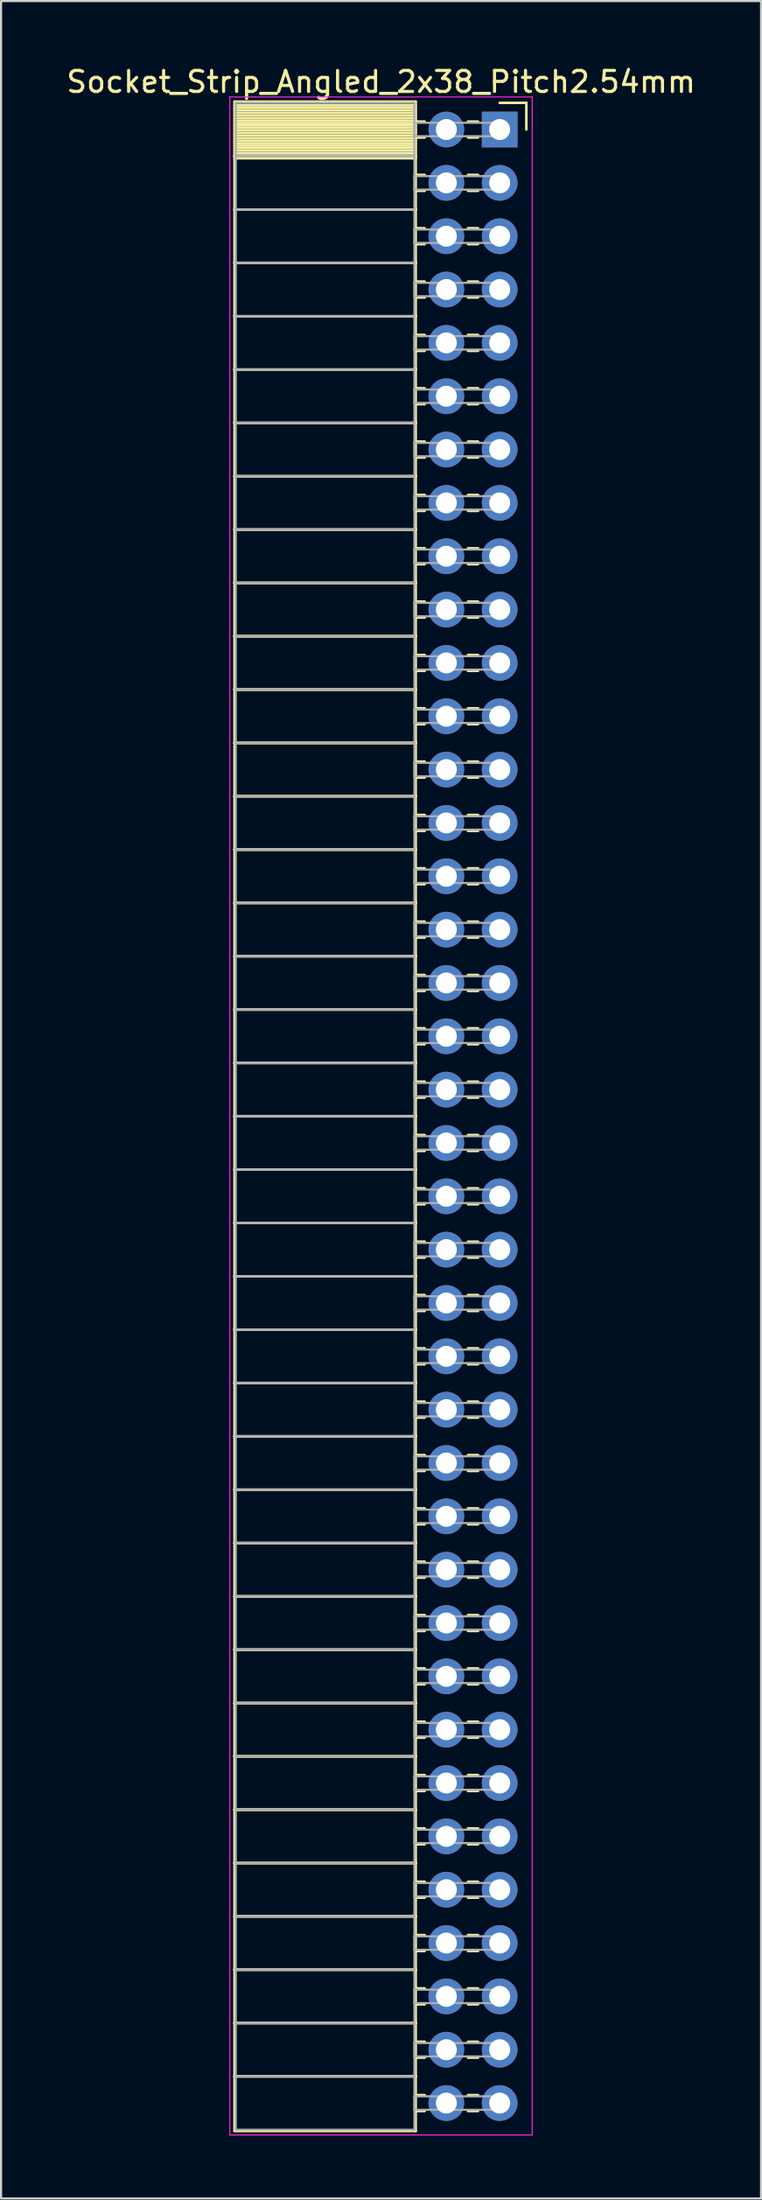
<source format=kicad_pcb>
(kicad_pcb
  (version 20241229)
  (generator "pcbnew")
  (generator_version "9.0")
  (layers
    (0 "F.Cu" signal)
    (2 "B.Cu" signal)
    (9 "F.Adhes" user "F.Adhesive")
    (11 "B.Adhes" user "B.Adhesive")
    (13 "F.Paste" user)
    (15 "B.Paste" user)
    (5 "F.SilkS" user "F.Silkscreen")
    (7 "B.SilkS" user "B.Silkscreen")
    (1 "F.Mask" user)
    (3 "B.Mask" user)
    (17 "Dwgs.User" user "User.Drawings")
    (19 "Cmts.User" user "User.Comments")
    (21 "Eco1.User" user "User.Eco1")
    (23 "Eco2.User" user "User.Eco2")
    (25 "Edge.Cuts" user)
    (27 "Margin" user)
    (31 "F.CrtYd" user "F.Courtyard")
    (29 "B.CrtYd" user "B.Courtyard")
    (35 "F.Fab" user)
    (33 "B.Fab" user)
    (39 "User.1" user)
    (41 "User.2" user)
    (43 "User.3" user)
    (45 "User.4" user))
  (footprint "Socket_Strip_Angled_2x38_Pitch2.54mm"
    (layer "F.Cu")
    (at 20.751 3.118)
    (property "Reference" "Socket_Strip_Angled_2x38_Pitch2.54mm" (at -5.65 -2.27 0) (layer "F.SilkS") (effects (font (size 1 1) (thickness 0.15))))
    (attr through_hole)
    (fp_line (start -12.63 -1.33) (end -4 -1.33) (stroke (width 0.12) (type solid)) (layer "F.SilkS"))
    (fp_line (start -12.63 1.27) (end -12.63 -1.33) (stroke (width 0.12) (type solid)) (layer "F.SilkS"))
    (fp_line (start -12.63 1.27) (end -4 1.27) (stroke (width 0.12) (type solid)) (layer "F.SilkS"))
    (fp_line (start -12.63 3.81) (end -12.63 1.27) (stroke (width 0.12) (type solid)) (layer "F.SilkS"))
    (fp_line (start -12.63 3.81) (end -4 3.81) (stroke (width 0.12) (type solid)) (layer "F.SilkS"))
    (fp_line (start -12.63 6.35) (end -12.63 3.81) (stroke (width 0.12) (type solid)) (layer "F.SilkS"))
    (fp_line (start -12.63 6.35) (end -4 6.35) (stroke (width 0.12) (type solid)) (layer "F.SilkS"))
    (fp_line (start -12.63 8.89) (end -12.63 6.35) (stroke (width 0.12) (type solid)) (layer "F.SilkS"))
    (fp_line (start -12.63 8.89) (end -4 8.89) (stroke (width 0.12) (type solid)) (layer "F.SilkS"))
    (fp_line (start -12.63 11.43) (end -12.63 8.89) (stroke (width 0.12) (type solid)) (layer "F.SilkS"))
    (fp_line (start -12.63 11.43) (end -4 11.43) (stroke (width 0.12) (type solid)) (layer "F.SilkS"))
    (fp_line (start -12.63 13.97) (end -12.63 11.43) (stroke (width 0.12) (type solid)) (layer "F.SilkS"))
    (fp_line (start -12.63 13.97) (end -4 13.97) (stroke (width 0.12) (type solid)) (layer "F.SilkS"))
    (fp_line (start -12.63 16.51) (end -12.63 13.97) (stroke (width 0.12) (type solid)) (layer "F.SilkS"))
    (fp_line (start -12.63 16.51) (end -4 16.51) (stroke (width 0.12) (type solid)) (layer "F.SilkS"))
    (fp_line (start -12.63 19.05) (end -12.63 16.51) (stroke (width 0.12) (type solid)) (layer "F.SilkS"))
    (fp_line (start -12.63 19.05) (end -4 19.05) (stroke (width 0.12) (type solid)) (layer "F.SilkS"))
    (fp_line (start -12.63 21.59) (end -12.63 19.05) (stroke (width 0.12) (type solid)) (layer "F.SilkS"))
    (fp_line (start -12.63 21.59) (end -4 21.59) (stroke (width 0.12) (type solid)) (layer "F.SilkS"))
    (fp_line (start -12.63 24.13) (end -12.63 21.59) (stroke (width 0.12) (type solid)) (layer "F.SilkS"))
    (fp_line (start -12.63 24.13) (end -4 24.13) (stroke (width 0.12) (type solid)) (layer "F.SilkS"))
    (fp_line (start -12.63 26.67) (end -12.63 24.13) (stroke (width 0.12) (type solid)) (layer "F.SilkS"))
    (fp_line (start -12.63 26.67) (end -4 26.67) (stroke (width 0.12) (type solid)) (layer "F.SilkS"))
    (fp_line (start -12.63 29.21) (end -12.63 26.67) (stroke (width 0.12) (type solid)) (layer "F.SilkS"))
    (fp_line (start -12.63 29.21) (end -4 29.21) (stroke (width 0.12) (type solid)) (layer "F.SilkS"))
    (fp_line (start -12.63 31.75) (end -12.63 29.21) (stroke (width 0.12) (type solid)) (layer "F.SilkS"))
    (fp_line (start -12.63 31.75) (end -4 31.75) (stroke (width 0.12) (type solid)) (layer "F.SilkS"))
    (fp_line (start -12.63 34.29) (end -12.63 31.75) (stroke (width 0.12) (type solid)) (layer "F.SilkS"))
    (fp_line (start -12.63 34.29) (end -4 34.29) (stroke (width 0.12) (type solid)) (layer "F.SilkS"))
    (fp_line (start -12.63 36.83) (end -12.63 34.29) (stroke (width 0.12) (type solid)) (layer "F.SilkS"))
    (fp_line (start -12.63 36.83) (end -4 36.83) (stroke (width 0.12) (type solid)) (layer "F.SilkS"))
    (fp_line (start -12.63 39.37) (end -12.63 36.83) (stroke (width 0.12) (type solid)) (layer "F.SilkS"))
    (fp_line (start -12.63 39.37) (end -4 39.37) (stroke (width 0.12) (type solid)) (layer "F.SilkS"))
    (fp_line (start -12.63 41.91) (end -12.63 39.37) (stroke (width 0.12) (type solid)) (layer "F.SilkS"))
    (fp_line (start -12.63 41.91) (end -4 41.91) (stroke (width 0.12) (type solid)) (layer "F.SilkS"))
    (fp_line (start -12.63 44.45) (end -12.63 41.91) (stroke (width 0.12) (type solid)) (layer "F.SilkS"))
    (fp_line (start -12.63 44.45) (end -4 44.45) (stroke (width 0.12) (type solid)) (layer "F.SilkS"))
    (fp_line (start -12.63 46.99) (end -12.63 44.45) (stroke (width 0.12) (type solid)) (layer "F.SilkS"))
    (fp_line (start -12.63 46.99) (end -4 46.99) (stroke (width 0.12) (type solid)) (layer "F.SilkS"))
    (fp_line (start -12.63 49.53) (end -12.63 46.99) (stroke (width 0.12) (type solid)) (layer "F.SilkS"))
    (fp_line (start -12.63 49.53) (end -4 49.53) (stroke (width 0.12) (type solid)) (layer "F.SilkS"))
    (fp_line (start -12.63 52.07) (end -12.63 49.53) (stroke (width 0.12) (type solid)) (layer "F.SilkS"))
    (fp_line (start -12.63 52.07) (end -4 52.07) (stroke (width 0.12) (type solid)) (layer "F.SilkS"))
    (fp_line (start -12.63 54.61) (end -12.63 52.07) (stroke (width 0.12) (type solid)) (layer "F.SilkS"))
    (fp_line (start -12.63 54.61) (end -4 54.61) (stroke (width 0.12) (type solid)) (layer "F.SilkS"))
    (fp_line (start -12.63 57.15) (end -12.63 54.61) (stroke (width 0.12) (type solid)) (layer "F.SilkS"))
    (fp_line (start -12.63 57.15) (end -4 57.15) (stroke (width 0.12) (type solid)) (layer "F.SilkS"))
    (fp_line (start -12.63 59.69) (end -12.63 57.15) (stroke (width 0.12) (type solid)) (layer "F.SilkS"))
    (fp_line (start -12.63 59.69) (end -4 59.69) (stroke (width 0.12) (type solid)) (layer "F.SilkS"))
    (fp_line (start -12.63 62.23) (end -12.63 59.69) (stroke (width 0.12) (type solid)) (layer "F.SilkS"))
    (fp_line (start -12.63 62.23) (end -4 62.23) (stroke (width 0.12) (type solid)) (layer "F.SilkS"))
    (fp_line (start -12.63 64.77) (end -12.63 62.23) (stroke (width 0.12) (type solid)) (layer "F.SilkS"))
    (fp_line (start -12.63 64.77) (end -4 64.77) (stroke (width 0.12) (type solid)) (layer "F.SilkS"))
    (fp_line (start -12.63 67.31) (end -12.63 64.77) (stroke (width 0.12) (type solid)) (layer "F.SilkS"))
    (fp_line (start -12.63 67.31) (end -4 67.31) (stroke (width 0.12) (type solid)) (layer "F.SilkS"))
    (fp_line (start -12.63 69.85) (end -12.63 67.31) (stroke (width 0.12) (type solid)) (layer "F.SilkS"))
    (fp_line (start -12.63 69.85) (end -4 69.85) (stroke (width 0.12) (type solid)) (layer "F.SilkS"))
    (fp_line (start -12.63 72.39) (end -12.63 69.85) (stroke (width 0.12) (type solid)) (layer "F.SilkS"))
    (fp_line (start -12.63 72.39) (end -4 72.39) (stroke (width 0.12) (type solid)) (layer "F.SilkS"))
    (fp_line (start -12.63 74.93) (end -12.63 72.39) (stroke (width 0.12) (type solid)) (layer "F.SilkS"))
    (fp_line (start -12.63 74.93) (end -4 74.93) (stroke (width 0.12) (type solid)) (layer "F.SilkS"))
    (fp_line (start -12.63 77.47) (end -12.63 74.93) (stroke (width 0.12) (type solid)) (layer "F.SilkS"))
    (fp_line (start -12.63 77.47) (end -4 77.47) (stroke (width 0.12) (type solid)) (layer "F.SilkS"))
    (fp_line (start -12.63 80.01) (end -12.63 77.47) (stroke (width 0.12) (type solid)) (layer "F.SilkS"))
    (fp_line (start -12.63 80.01) (end -4 80.01) (stroke (width 0.12) (type solid)) (layer "F.SilkS"))
    (fp_line (start -12.63 82.55) (end -12.63 80.01) (stroke (width 0.12) (type solid)) (layer "F.SilkS"))
    (fp_line (start -12.63 82.55) (end -4 82.55) (stroke (width 0.12) (type solid)) (layer "F.SilkS"))
    (fp_line (start -12.63 85.09) (end -12.63 82.55) (stroke (width 0.12) (type solid)) (layer "F.SilkS"))
    (fp_line (start -12.63 85.09) (end -4 85.09) (stroke (width 0.12) (type solid)) (layer "F.SilkS"))
    (fp_line (start -12.63 87.63) (end -12.63 85.09) (stroke (width 0.12) (type solid)) (layer "F.SilkS"))
    (fp_line (start -12.63 87.63) (end -4 87.63) (stroke (width 0.12) (type solid)) (layer "F.SilkS"))
    (fp_line (start -12.63 90.17) (end -12.63 87.63) (stroke (width 0.12) (type solid)) (layer "F.SilkS"))
    (fp_line (start -12.63 90.17) (end -4 90.17) (stroke (width 0.12) (type solid)) (layer "F.SilkS"))
    (fp_line (start -12.63 92.71) (end -12.63 90.17) (stroke (width 0.12) (type solid)) (layer "F.SilkS"))
    (fp_line (start -12.63 92.71) (end -4 92.71) (stroke (width 0.12) (type solid)) (layer "F.SilkS"))
    (fp_line (start -12.63 95.31) (end -12.63 92.71) (stroke (width 0.12) (type solid)) (layer "F.SilkS"))
    (fp_line (start -4 -1.33) (end -4 1.27) (stroke (width 0.12) (type solid)) (layer "F.SilkS"))
    (fp_line (start -4 -1.15) (end -12.63 -1.15) (stroke (width 0.12) (type solid)) (layer "F.SilkS"))
    (fp_line (start -4 -1.03) (end -12.63 -1.03) (stroke (width 0.12) (type solid)) (layer "F.SilkS"))
    (fp_line (start -4 -0.91) (end -12.63 -0.91) (stroke (width 0.12) (type solid)) (layer "F.SilkS"))
    (fp_line (start -4 -0.79) (end -12.63 -0.79) (stroke (width 0.12) (type solid)) (layer "F.SilkS"))
    (fp_line (start -4 -0.67) (end -12.63 -0.67) (stroke (width 0.12) (type solid)) (layer "F.SilkS"))
    (fp_line (start -4 -0.55) (end -12.63 -0.55) (stroke (width 0.12) (type solid)) (layer "F.SilkS"))
    (fp_line (start -4 -0.43) (end -12.63 -0.43) (stroke (width 0.12) (type solid)) (layer "F.SilkS"))
    (fp_line (start -4 -0.31) (end -12.63 -0.31) (stroke (width 0.12) (type solid)) (layer "F.SilkS"))
    (fp_line (start -4 -0.19) (end -12.63 -0.19) (stroke (width 0.12) (type solid)) (layer "F.SilkS"))
    (fp_line (start -4 -0.07) (end -12.63 -0.07) (stroke (width 0.12) (type solid)) (layer "F.SilkS"))
    (fp_line (start -4 0.05) (end -12.63 0.05) (stroke (width 0.12) (type solid)) (layer "F.SilkS"))
    (fp_line (start -4 0.17) (end -12.63 0.17) (stroke (width 0.12) (type solid)) (layer "F.SilkS"))
    (fp_line (start -4 0.29) (end -12.63 0.29) (stroke (width 0.12) (type solid)) (layer "F.SilkS"))
    (fp_line (start -4 0.41) (end -12.63 0.41) (stroke (width 0.12) (type solid)) (layer "F.SilkS"))
    (fp_line (start -4 0.53) (end -12.63 0.53) (stroke (width 0.12) (type solid)) (layer "F.SilkS"))
    (fp_line (start -4 0.65) (end -12.63 0.65) (stroke (width 0.12) (type solid)) (layer "F.SilkS"))
    (fp_line (start -4 0.77) (end -12.63 0.77) (stroke (width 0.12) (type solid)) (layer "F.SilkS"))
    (fp_line (start -4 0.89) (end -12.63 0.89) (stroke (width 0.12) (type solid)) (layer "F.SilkS"))
    (fp_line (start -4 1.01) (end -12.63 1.01) (stroke (width 0.12) (type solid)) (layer "F.SilkS"))
    (fp_line (start -4 1.13) (end -12.63 1.13) (stroke (width 0.12) (type solid)) (layer "F.SilkS"))
    (fp_line (start -4 1.25) (end -12.63 1.25) (stroke (width 0.12) (type solid)) (layer "F.SilkS"))
    (fp_line (start -4 1.27) (end -12.63 1.27) (stroke (width 0.12) (type solid)) (layer "F.SilkS"))
    (fp_line (start -4 1.27) (end -4 3.81) (stroke (width 0.12) (type solid)) (layer "F.SilkS"))
    (fp_line (start -4 1.37) (end -12.63 1.37) (stroke (width 0.12) (type solid)) (layer "F.SilkS"))
    (fp_line (start -4 3.81) (end -12.63 3.81) (stroke (width 0.12) (type solid)) (layer "F.SilkS"))
    (fp_line (start -4 3.81) (end -4 6.35) (stroke (width 0.12) (type solid)) (layer "F.SilkS"))
    (fp_line (start -4 6.35) (end -12.63 6.35) (stroke (width 0.12) (type solid)) (layer "F.SilkS"))
    (fp_line (start -4 6.35) (end -4 8.89) (stroke (width 0.12) (type solid)) (layer "F.SilkS"))
    (fp_line (start -4 8.89) (end -12.63 8.89) (stroke (width 0.12) (type solid)) (layer "F.SilkS"))
    (fp_line (start -4 8.89) (end -4 11.43) (stroke (width 0.12) (type solid)) (layer "F.SilkS"))
    (fp_line (start -4 11.43) (end -12.63 11.43) (stroke (width 0.12) (type solid)) (layer "F.SilkS"))
    (fp_line (start -4 11.43) (end -4 13.97) (stroke (width 0.12) (type solid)) (layer "F.SilkS"))
    (fp_line (start -4 13.97) (end -12.63 13.97) (stroke (width 0.12) (type solid)) (layer "F.SilkS"))
    (fp_line (start -4 13.97) (end -4 16.51) (stroke (width 0.12) (type solid)) (layer "F.SilkS"))
    (fp_line (start -4 16.51) (end -12.63 16.51) (stroke (width 0.12) (type solid)) (layer "F.SilkS"))
    (fp_line (start -4 16.51) (end -4 19.05) (stroke (width 0.12) (type solid)) (layer "F.SilkS"))
    (fp_line (start -4 19.05) (end -12.63 19.05) (stroke (width 0.12) (type solid)) (layer "F.SilkS"))
    (fp_line (start -4 19.05) (end -4 21.59) (stroke (width 0.12) (type solid)) (layer "F.SilkS"))
    (fp_line (start -4 21.59) (end -12.63 21.59) (stroke (width 0.12) (type solid)) (layer "F.SilkS"))
    (fp_line (start -4 21.59) (end -4 24.13) (stroke (width 0.12) (type solid)) (layer "F.SilkS"))
    (fp_line (start -4 24.13) (end -12.63 24.13) (stroke (width 0.12) (type solid)) (layer "F.SilkS"))
    (fp_line (start -4 24.13) (end -4 26.67) (stroke (width 0.12) (type solid)) (layer "F.SilkS"))
    (fp_line (start -4 26.67) (end -12.63 26.67) (stroke (width 0.12) (type solid)) (layer "F.SilkS"))
    (fp_line (start -4 26.67) (end -4 29.21) (stroke (width 0.12) (type solid)) (layer "F.SilkS"))
    (fp_line (start -4 29.21) (end -12.63 29.21) (stroke (width 0.12) (type solid)) (layer "F.SilkS"))
    (fp_line (start -4 29.21) (end -4 31.75) (stroke (width 0.12) (type solid)) (layer "F.SilkS"))
    (fp_line (start -4 31.75) (end -12.63 31.75) (stroke (width 0.12) (type solid)) (layer "F.SilkS"))
    (fp_line (start -4 31.75) (end -4 34.29) (stroke (width 0.12) (type solid)) (layer "F.SilkS"))
    (fp_line (start -4 34.29) (end -12.63 34.29) (stroke (width 0.12) (type solid)) (layer "F.SilkS"))
    (fp_line (start -4 34.29) (end -4 36.83) (stroke (width 0.12) (type solid)) (layer "F.SilkS"))
    (fp_line (start -4 36.83) (end -12.63 36.83) (stroke (width 0.12) (type solid)) (layer "F.SilkS"))
    (fp_line (start -4 36.83) (end -4 39.37) (stroke (width 0.12) (type solid)) (layer "F.SilkS"))
    (fp_line (start -4 39.37) (end -12.63 39.37) (stroke (width 0.12) (type solid)) (layer "F.SilkS"))
    (fp_line (start -4 39.37) (end -4 41.91) (stroke (width 0.12) (type solid)) (layer "F.SilkS"))
    (fp_line (start -4 41.91) (end -12.63 41.91) (stroke (width 0.12) (type solid)) (layer "F.SilkS"))
    (fp_line (start -4 41.91) (end -4 44.45) (stroke (width 0.12) (type solid)) (layer "F.SilkS"))
    (fp_line (start -4 44.45) (end -12.63 44.45) (stroke (width 0.12) (type solid)) (layer "F.SilkS"))
    (fp_line (start -4 44.45) (end -4 46.99) (stroke (width 0.12) (type solid)) (layer "F.SilkS"))
    (fp_line (start -4 46.99) (end -12.63 46.99) (stroke (width 0.12) (type solid)) (layer "F.SilkS"))
    (fp_line (start -4 46.99) (end -4 49.53) (stroke (width 0.12) (type solid)) (layer "F.SilkS"))
    (fp_line (start -4 49.53) (end -12.63 49.53) (stroke (width 0.12) (type solid)) (layer "F.SilkS"))
    (fp_line (start -4 49.53) (end -4 52.07) (stroke (width 0.12) (type solid)) (layer "F.SilkS"))
    (fp_line (start -4 52.07) (end -12.63 52.07) (stroke (width 0.12) (type solid)) (layer "F.SilkS"))
    (fp_line (start -4 52.07) (end -4 54.61) (stroke (width 0.12) (type solid)) (layer "F.SilkS"))
    (fp_line (start -4 54.61) (end -12.63 54.61) (stroke (width 0.12) (type solid)) (layer "F.SilkS"))
    (fp_line (start -4 54.61) (end -4 57.15) (stroke (width 0.12) (type solid)) (layer "F.SilkS"))
    (fp_line (start -4 57.15) (end -12.63 57.15) (stroke (width 0.12) (type solid)) (layer "F.SilkS"))
    (fp_line (start -4 57.15) (end -4 59.69) (stroke (width 0.12) (type solid)) (layer "F.SilkS"))
    (fp_line (start -4 59.69) (end -12.63 59.69) (stroke (width 0.12) (type solid)) (layer "F.SilkS"))
    (fp_line (start -4 59.69) (end -4 62.23) (stroke (width 0.12) (type solid)) (layer "F.SilkS"))
    (fp_line (start -4 62.23) (end -12.63 62.23) (stroke (width 0.12) (type solid)) (layer "F.SilkS"))
    (fp_line (start -4 62.23) (end -4 64.77) (stroke (width 0.12) (type solid)) (layer "F.SilkS"))
    (fp_line (start -4 64.77) (end -12.63 64.77) (stroke (width 0.12) (type solid)) (layer "F.SilkS"))
    (fp_line (start -4 64.77) (end -4 67.31) (stroke (width 0.12) (type solid)) (layer "F.SilkS"))
    (fp_line (start -4 67.31) (end -12.63 67.31) (stroke (width 0.12) (type solid)) (layer "F.SilkS"))
    (fp_line (start -4 67.31) (end -4 69.85) (stroke (width 0.12) (type solid)) (layer "F.SilkS"))
    (fp_line (start -4 69.85) (end -12.63 69.85) (stroke (width 0.12) (type solid)) (layer "F.SilkS"))
    (fp_line (start -4 69.85) (end -4 72.39) (stroke (width 0.12) (type solid)) (layer "F.SilkS"))
    (fp_line (start -4 72.39) (end -12.63 72.39) (stroke (width 0.12) (type solid)) (layer "F.SilkS"))
    (fp_line (start -4 72.39) (end -4 74.93) (stroke (width 0.12) (type solid)) (layer "F.SilkS"))
    (fp_line (start -4 74.93) (end -12.63 74.93) (stroke (width 0.12) (type solid)) (layer "F.SilkS"))
    (fp_line (start -4 74.93) (end -4 77.47) (stroke (width 0.12) (type solid)) (layer "F.SilkS"))
    (fp_line (start -4 77.47) (end -12.63 77.47) (stroke (width 0.12) (type solid)) (layer "F.SilkS"))
    (fp_line (start -4 77.47) (end -4 80.01) (stroke (width 0.12) (type solid)) (layer "F.SilkS"))
    (fp_line (start -4 80.01) (end -12.63 80.01) (stroke (width 0.12) (type solid)) (layer "F.SilkS"))
    (fp_line (start -4 80.01) (end -4 82.55) (stroke (width 0.12) (type solid)) (layer "F.SilkS"))
    (fp_line (start -4 82.55) (end -12.63 82.55) (stroke (width 0.12) (type solid)) (layer "F.SilkS"))
    (fp_line (start -4 82.55) (end -4 85.09) (stroke (width 0.12) (type solid)) (layer "F.SilkS"))
    (fp_line (start -4 85.09) (end -12.63 85.09) (stroke (width 0.12) (type solid)) (layer "F.SilkS"))
    (fp_line (start -4 85.09) (end -4 87.63) (stroke (width 0.12) (type solid)) (layer "F.SilkS"))
    (fp_line (start -4 87.63) (end -12.63 87.63) (stroke (width 0.12) (type solid)) (layer "F.SilkS"))
    (fp_line (start -4 87.63) (end -4 90.17) (stroke (width 0.12) (type solid)) (layer "F.SilkS"))
    (fp_line (start -4 90.17) (end -12.63 90.17) (stroke (width 0.12) (type solid)) (layer "F.SilkS"))
    (fp_line (start -4 90.17) (end -4 92.71) (stroke (width 0.12) (type solid)) (layer "F.SilkS"))
    (fp_line (start -4 92.71) (end -12.63 92.71) (stroke (width 0.12) (type solid)) (layer "F.SilkS"))
    (fp_line (start -4 92.71) (end -4 95.31) (stroke (width 0.12) (type solid)) (layer "F.SilkS"))
    (fp_line (start -4 95.31) (end -12.63 95.31) (stroke (width 0.12) (type solid)) (layer "F.SilkS"))
    (fp_line (start -3.57 -0.38) (end -4 -0.38) (stroke (width 0.12) (type solid)) (layer "F.SilkS"))
    (fp_line (start -3.57 0.38) (end -4 0.38) (stroke (width 0.12) (type solid)) (layer "F.SilkS"))
    (fp_line (start -3.57 2.16) (end -4 2.16) (stroke (width 0.12) (type solid)) (layer "F.SilkS"))
    (fp_line (start -3.57 2.92) (end -4 2.92) (stroke (width 0.12) (type solid)) (layer "F.SilkS"))
    (fp_line (start -3.57 4.7) (end -4 4.7) (stroke (width 0.12) (type solid)) (layer "F.SilkS"))
    (fp_line (start -3.57 5.46) (end -4 5.46) (stroke (width 0.12) (type solid)) (layer "F.SilkS"))
    (fp_line (start -3.57 7.24) (end -4 7.24) (stroke (width 0.12) (type solid)) (layer "F.SilkS"))
    (fp_line (start -3.57 8) (end -4 8) (stroke (width 0.12) (type solid)) (layer "F.SilkS"))
    (fp_line (start -3.57 9.78) (end -4 9.78) (stroke (width 0.12) (type solid)) (layer "F.SilkS"))
    (fp_line (start -3.57 10.54) (end -4 10.54) (stroke (width 0.12) (type solid)) (layer "F.SilkS"))
    (fp_line (start -3.57 12.32) (end -4 12.32) (stroke (width 0.12) (type solid)) (layer "F.SilkS"))
    (fp_line (start -3.57 13.08) (end -4 13.08) (stroke (width 0.12) (type solid)) (layer "F.SilkS"))
    (fp_line (start -3.57 14.86) (end -4 14.86) (stroke (width 0.12) (type solid)) (layer "F.SilkS"))
    (fp_line (start -3.57 15.62) (end -4 15.62) (stroke (width 0.12) (type solid)) (layer "F.SilkS"))
    (fp_line (start -3.57 17.4) (end -4 17.4) (stroke (width 0.12) (type solid)) (layer "F.SilkS"))
    (fp_line (start -3.57 18.16) (end -4 18.16) (stroke (width 0.12) (type solid)) (layer "F.SilkS"))
    (fp_line (start -3.57 19.94) (end -4 19.94) (stroke (width 0.12) (type solid)) (layer "F.SilkS"))
    (fp_line (start -3.57 20.7) (end -4 20.7) (stroke (width 0.12) (type solid)) (layer "F.SilkS"))
    (fp_line (start -3.57 22.48) (end -4 22.48) (stroke (width 0.12) (type solid)) (layer "F.SilkS"))
    (fp_line (start -3.57 23.24) (end -4 23.24) (stroke (width 0.12) (type solid)) (layer "F.SilkS"))
    (fp_line (start -3.57 25.02) (end -4 25.02) (stroke (width 0.12) (type solid)) (layer "F.SilkS"))
    (fp_line (start -3.57 25.78) (end -4 25.78) (stroke (width 0.12) (type solid)) (layer "F.SilkS"))
    (fp_line (start -3.57 27.56) (end -4 27.56) (stroke (width 0.12) (type solid)) (layer "F.SilkS"))
    (fp_line (start -3.57 28.32) (end -4 28.32) (stroke (width 0.12) (type solid)) (layer "F.SilkS"))
    (fp_line (start -3.57 30.1) (end -4 30.1) (stroke (width 0.12) (type solid)) (layer "F.SilkS"))
    (fp_line (start -3.57 30.86) (end -4 30.86) (stroke (width 0.12) (type solid)) (layer "F.SilkS"))
    (fp_line (start -3.57 32.64) (end -4 32.64) (stroke (width 0.12) (type solid)) (layer "F.SilkS"))
    (fp_line (start -3.57 33.4) (end -4 33.4) (stroke (width 0.12) (type solid)) (layer "F.SilkS"))
    (fp_line (start -3.57 35.18) (end -4 35.18) (stroke (width 0.12) (type solid)) (layer "F.SilkS"))
    (fp_line (start -3.57 35.94) (end -4 35.94) (stroke (width 0.12) (type solid)) (layer "F.SilkS"))
    (fp_line (start -3.57 37.72) (end -4 37.72) (stroke (width 0.12) (type solid)) (layer "F.SilkS"))
    (fp_line (start -3.57 38.48) (end -4 38.48) (stroke (width 0.12) (type solid)) (layer "F.SilkS"))
    (fp_line (start -3.57 40.26) (end -4 40.26) (stroke (width 0.12) (type solid)) (layer "F.SilkS"))
    (fp_line (start -3.57 41.02) (end -4 41.02) (stroke (width 0.12) (type solid)) (layer "F.SilkS"))
    (fp_line (start -3.57 42.8) (end -4 42.8) (stroke (width 0.12) (type solid)) (layer "F.SilkS"))
    (fp_line (start -3.57 43.56) (end -4 43.56) (stroke (width 0.12) (type solid)) (layer "F.SilkS"))
    (fp_line (start -3.57 45.34) (end -4 45.34) (stroke (width 0.12) (type solid)) (layer "F.SilkS"))
    (fp_line (start -3.57 46.1) (end -4 46.1) (stroke (width 0.12) (type solid)) (layer "F.SilkS"))
    (fp_line (start -3.57 47.88) (end -4 47.88) (stroke (width 0.12) (type solid)) (layer "F.SilkS"))
    (fp_line (start -3.57 48.64) (end -4 48.64) (stroke (width 0.12) (type solid)) (layer "F.SilkS"))
    (fp_line (start -3.57 50.42) (end -4 50.42) (stroke (width 0.12) (type solid)) (layer "F.SilkS"))
    (fp_line (start -3.57 51.18) (end -4 51.18) (stroke (width 0.12) (type solid)) (layer "F.SilkS"))
    (fp_line (start -3.57 52.96) (end -4 52.96) (stroke (width 0.12) (type solid)) (layer "F.SilkS"))
    (fp_line (start -3.57 53.72) (end -4 53.72) (stroke (width 0.12) (type solid)) (layer "F.SilkS"))
    (fp_line (start -3.57 55.5) (end -4 55.5) (stroke (width 0.12) (type solid)) (layer "F.SilkS"))
    (fp_line (start -3.57 56.26) (end -4 56.26) (stroke (width 0.12) (type solid)) (layer "F.SilkS"))
    (fp_line (start -3.57 58.04) (end -4 58.04) (stroke (width 0.12) (type solid)) (layer "F.SilkS"))
    (fp_line (start -3.57 58.8) (end -4 58.8) (stroke (width 0.12) (type solid)) (layer "F.SilkS"))
    (fp_line (start -3.57 60.58) (end -4 60.58) (stroke (width 0.12) (type solid)) (layer "F.SilkS"))
    (fp_line (start -3.57 61.34) (end -4 61.34) (stroke (width 0.12) (type solid)) (layer "F.SilkS"))
    (fp_line (start -3.57 63.12) (end -4 63.12) (stroke (width 0.12) (type solid)) (layer "F.SilkS"))
    (fp_line (start -3.57 63.88) (end -4 63.88) (stroke (width 0.12) (type solid)) (layer "F.SilkS"))
    (fp_line (start -3.57 65.66) (end -4 65.66) (stroke (width 0.12) (type solid)) (layer "F.SilkS"))
    (fp_line (start -3.57 66.42) (end -4 66.42) (stroke (width 0.12) (type solid)) (layer "F.SilkS"))
    (fp_line (start -3.57 68.2) (end -4 68.2) (stroke (width 0.12) (type solid)) (layer "F.SilkS"))
    (fp_line (start -3.57 68.96) (end -4 68.96) (stroke (width 0.12) (type solid)) (layer "F.SilkS"))
    (fp_line (start -3.57 70.74) (end -4 70.74) (stroke (width 0.12) (type solid)) (layer "F.SilkS"))
    (fp_line (start -3.57 71.5) (end -4 71.5) (stroke (width 0.12) (type solid)) (layer "F.SilkS"))
    (fp_line (start -3.57 73.28) (end -4 73.28) (stroke (width 0.12) (type solid)) (layer "F.SilkS"))
    (fp_line (start -3.57 74.04) (end -4 74.04) (stroke (width 0.12) (type solid)) (layer "F.SilkS"))
    (fp_line (start -3.57 75.82) (end -4 75.82) (stroke (width 0.12) (type solid)) (layer "F.SilkS"))
    (fp_line (start -3.57 76.58) (end -4 76.58) (stroke (width 0.12) (type solid)) (layer "F.SilkS"))
    (fp_line (start -3.57 78.36) (end -4 78.36) (stroke (width 0.12) (type solid)) (layer "F.SilkS"))
    (fp_line (start -3.57 79.12) (end -4 79.12) (stroke (width 0.12) (type solid)) (layer "F.SilkS"))
    (fp_line (start -3.57 80.9) (end -4 80.9) (stroke (width 0.12) (type solid)) (layer "F.SilkS"))
    (fp_line (start -3.57 81.66) (end -4 81.66) (stroke (width 0.12) (type solid)) (layer "F.SilkS"))
    (fp_line (start -3.57 83.44) (end -4 83.44) (stroke (width 0.12) (type solid)) (layer "F.SilkS"))
    (fp_line (start -3.57 84.2) (end -4 84.2) (stroke (width 0.12) (type solid)) (layer "F.SilkS"))
    (fp_line (start -3.57 85.98) (end -4 85.98) (stroke (width 0.12) (type solid)) (layer "F.SilkS"))
    (fp_line (start -3.57 86.74) (end -4 86.74) (stroke (width 0.12) (type solid)) (layer "F.SilkS"))
    (fp_line (start -3.57 88.52) (end -4 88.52) (stroke (width 0.12) (type solid)) (layer "F.SilkS"))
    (fp_line (start -3.57 89.28) (end -4 89.28) (stroke (width 0.12) (type solid)) (layer "F.SilkS"))
    (fp_line (start -3.57 91.06) (end -4 91.06) (stroke (width 0.12) (type solid)) (layer "F.SilkS"))
    (fp_line (start -3.57 91.82) (end -4 91.82) (stroke (width 0.12) (type solid)) (layer "F.SilkS"))
    (fp_line (start -3.57 93.6) (end -4 93.6) (stroke (width 0.12) (type solid)) (layer "F.SilkS"))
    (fp_line (start -3.57 94.36) (end -4 94.36) (stroke (width 0.12) (type solid)) (layer "F.SilkS"))
    (fp_line (start -1.03 -0.38) (end -1.51 -0.38) (stroke (width 0.12) (type solid)) (layer "F.SilkS"))
    (fp_line (start -1.03 0.38) (end -1.51 0.38) (stroke (width 0.12) (type solid)) (layer "F.SilkS"))
    (fp_line (start -1.03 2.16) (end -1.51 2.16) (stroke (width 0.12) (type solid)) (layer "F.SilkS"))
    (fp_line (start -1.03 2.92) (end -1.51 2.92) (stroke (width 0.12) (type solid)) (layer "F.SilkS"))
    (fp_line (start -1.03 4.7) (end -1.51 4.7) (stroke (width 0.12) (type solid)) (layer "F.SilkS"))
    (fp_line (start -1.03 5.46) (end -1.51 5.46) (stroke (width 0.12) (type solid)) (layer "F.SilkS"))
    (fp_line (start -1.03 7.24) (end -1.51 7.24) (stroke (width 0.12) (type solid)) (layer "F.SilkS"))
    (fp_line (start -1.03 8) (end -1.51 8) (stroke (width 0.12) (type solid)) (layer "F.SilkS"))
    (fp_line (start -1.03 9.78) (end -1.51 9.78) (stroke (width 0.12) (type solid)) (layer "F.SilkS"))
    (fp_line (start -1.03 10.54) (end -1.51 10.54) (stroke (width 0.12) (type solid)) (layer "F.SilkS"))
    (fp_line (start -1.03 12.32) (end -1.51 12.32) (stroke (width 0.12) (type solid)) (layer "F.SilkS"))
    (fp_line (start -1.03 13.08) (end -1.51 13.08) (stroke (width 0.12) (type solid)) (layer "F.SilkS"))
    (fp_line (start -1.03 14.86) (end -1.51 14.86) (stroke (width 0.12) (type solid)) (layer "F.SilkS"))
    (fp_line (start -1.03 15.62) (end -1.51 15.62) (stroke (width 0.12) (type solid)) (layer "F.SilkS"))
    (fp_line (start -1.03 17.4) (end -1.51 17.4) (stroke (width 0.12) (type solid)) (layer "F.SilkS"))
    (fp_line (start -1.03 18.16) (end -1.51 18.16) (stroke (width 0.12) (type solid)) (layer "F.SilkS"))
    (fp_line (start -1.03 19.94) (end -1.51 19.94) (stroke (width 0.12) (type solid)) (layer "F.SilkS"))
    (fp_line (start -1.03 20.7) (end -1.51 20.7) (stroke (width 0.12) (type solid)) (layer "F.SilkS"))
    (fp_line (start -1.03 22.48) (end -1.51 22.48) (stroke (width 0.12) (type solid)) (layer "F.SilkS"))
    (fp_line (start -1.03 23.24) (end -1.51 23.24) (stroke (width 0.12) (type solid)) (layer "F.SilkS"))
    (fp_line (start -1.03 25.02) (end -1.51 25.02) (stroke (width 0.12) (type solid)) (layer "F.SilkS"))
    (fp_line (start -1.03 25.78) (end -1.51 25.78) (stroke (width 0.12) (type solid)) (layer "F.SilkS"))
    (fp_line (start -1.03 27.56) (end -1.51 27.56) (stroke (width 0.12) (type solid)) (layer "F.SilkS"))
    (fp_line (start -1.03 28.32) (end -1.51 28.32) (stroke (width 0.12) (type solid)) (layer "F.SilkS"))
    (fp_line (start -1.03 30.1) (end -1.51 30.1) (stroke (width 0.12) (type solid)) (layer "F.SilkS"))
    (fp_line (start -1.03 30.86) (end -1.51 30.86) (stroke (width 0.12) (type solid)) (layer "F.SilkS"))
    (fp_line (start -1.03 32.64) (end -1.51 32.64) (stroke (width 0.12) (type solid)) (layer "F.SilkS"))
    (fp_line (start -1.03 33.4) (end -1.51 33.4) (stroke (width 0.12) (type solid)) (layer "F.SilkS"))
    (fp_line (start -1.03 35.18) (end -1.51 35.18) (stroke (width 0.12) (type solid)) (layer "F.SilkS"))
    (fp_line (start -1.03 35.94) (end -1.51 35.94) (stroke (width 0.12) (type solid)) (layer "F.SilkS"))
    (fp_line (start -1.03 37.72) (end -1.51 37.72) (stroke (width 0.12) (type solid)) (layer "F.SilkS"))
    (fp_line (start -1.03 38.48) (end -1.51 38.48) (stroke (width 0.12) (type solid)) (layer "F.SilkS"))
    (fp_line (start -1.03 40.26) (end -1.51 40.26) (stroke (width 0.12) (type solid)) (layer "F.SilkS"))
    (fp_line (start -1.03 41.02) (end -1.51 41.02) (stroke (width 0.12) (type solid)) (layer "F.SilkS"))
    (fp_line (start -1.03 42.8) (end -1.51 42.8) (stroke (width 0.12) (type solid)) (layer "F.SilkS"))
    (fp_line (start -1.03 43.56) (end -1.51 43.56) (stroke (width 0.12) (type solid)) (layer "F.SilkS"))
    (fp_line (start -1.03 45.34) (end -1.51 45.34) (stroke (width 0.12) (type solid)) (layer "F.SilkS"))
    (fp_line (start -1.03 46.1) (end -1.51 46.1) (stroke (width 0.12) (type solid)) (layer "F.SilkS"))
    (fp_line (start -1.03 47.88) (end -1.51 47.88) (stroke (width 0.12) (type solid)) (layer "F.SilkS"))
    (fp_line (start -1.03 48.64) (end -1.51 48.64) (stroke (width 0.12) (type solid)) (layer "F.SilkS"))
    (fp_line (start -1.03 50.42) (end -1.51 50.42) (stroke (width 0.12) (type solid)) (layer "F.SilkS"))
    (fp_line (start -1.03 51.18) (end -1.51 51.18) (stroke (width 0.12) (type solid)) (layer "F.SilkS"))
    (fp_line (start -1.03 52.96) (end -1.51 52.96) (stroke (width 0.12) (type solid)) (layer "F.SilkS"))
    (fp_line (start -1.03 53.72) (end -1.51 53.72) (stroke (width 0.12) (type solid)) (layer "F.SilkS"))
    (fp_line (start -1.03 55.5) (end -1.51 55.5) (stroke (width 0.12) (type solid)) (layer "F.SilkS"))
    (fp_line (start -1.03 56.26) (end -1.51 56.26) (stroke (width 0.12) (type solid)) (layer "F.SilkS"))
    (fp_line (start -1.03 58.04) (end -1.51 58.04) (stroke (width 0.12) (type solid)) (layer "F.SilkS"))
    (fp_line (start -1.03 58.8) (end -1.51 58.8) (stroke (width 0.12) (type solid)) (layer "F.SilkS"))
    (fp_line (start -1.03 60.58) (end -1.51 60.58) (stroke (width 0.12) (type solid)) (layer "F.SilkS"))
    (fp_line (start -1.03 61.34) (end -1.51 61.34) (stroke (width 0.12) (type solid)) (layer "F.SilkS"))
    (fp_line (start -1.03 63.12) (end -1.51 63.12) (stroke (width 0.12) (type solid)) (layer "F.SilkS"))
    (fp_line (start -1.03 63.88) (end -1.51 63.88) (stroke (width 0.12) (type solid)) (layer "F.SilkS"))
    (fp_line (start -1.03 65.66) (end -1.51 65.66) (stroke (width 0.12) (type solid)) (layer "F.SilkS"))
    (fp_line (start -1.03 66.42) (end -1.51 66.42) (stroke (width 0.12) (type solid)) (layer "F.SilkS"))
    (fp_line (start -1.03 68.2) (end -1.51 68.2) (stroke (width 0.12) (type solid)) (layer "F.SilkS"))
    (fp_line (start -1.03 68.96) (end -1.51 68.96) (stroke (width 0.12) (type solid)) (layer "F.SilkS"))
    (fp_line (start -1.03 70.74) (end -1.51 70.74) (stroke (width 0.12) (type solid)) (layer "F.SilkS"))
    (fp_line (start -1.03 71.5) (end -1.51 71.5) (stroke (width 0.12) (type solid)) (layer "F.SilkS"))
    (fp_line (start -1.03 73.28) (end -1.51 73.28) (stroke (width 0.12) (type solid)) (layer "F.SilkS"))
    (fp_line (start -1.03 74.04) (end -1.51 74.04) (stroke (width 0.12) (type solid)) (layer "F.SilkS"))
    (fp_line (start -1.03 75.82) (end -1.51 75.82) (stroke (width 0.12) (type solid)) (layer "F.SilkS"))
    (fp_line (start -1.03 76.58) (end -1.51 76.58) (stroke (width 0.12) (type solid)) (layer "F.SilkS"))
    (fp_line (start -1.03 78.36) (end -1.51 78.36) (stroke (width 0.12) (type solid)) (layer "F.SilkS"))
    (fp_line (start -1.03 79.12) (end -1.51 79.12) (stroke (width 0.12) (type solid)) (layer "F.SilkS"))
    (fp_line (start -1.03 80.9) (end -1.51 80.9) (stroke (width 0.12) (type solid)) (layer "F.SilkS"))
    (fp_line (start -1.03 81.66) (end -1.51 81.66) (stroke (width 0.12) (type solid)) (layer "F.SilkS"))
    (fp_line (start -1.03 83.44) (end -1.51 83.44) (stroke (width 0.12) (type solid)) (layer "F.SilkS"))
    (fp_line (start -1.03 84.2) (end -1.51 84.2) (stroke (width 0.12) (type solid)) (layer "F.SilkS"))
    (fp_line (start -1.03 85.98) (end -1.51 85.98) (stroke (width 0.12) (type solid)) (layer "F.SilkS"))
    (fp_line (start -1.03 86.74) (end -1.51 86.74) (stroke (width 0.12) (type solid)) (layer "F.SilkS"))
    (fp_line (start -1.03 88.52) (end -1.51 88.52) (stroke (width 0.12) (type solid)) (layer "F.SilkS"))
    (fp_line (start -1.03 89.28) (end -1.51 89.28) (stroke (width 0.12) (type solid)) (layer "F.SilkS"))
    (fp_line (start -1.03 91.06) (end -1.51 91.06) (stroke (width 0.12) (type solid)) (layer "F.SilkS"))
    (fp_line (start -1.03 91.82) (end -1.51 91.82) (stroke (width 0.12) (type solid)) (layer "F.SilkS"))
    (fp_line (start -1.03 93.6) (end -1.51 93.6) (stroke (width 0.12) (type solid)) (layer "F.SilkS"))
    (fp_line (start -1.03 94.36) (end -1.51 94.36) (stroke (width 0.12) (type solid)) (layer "F.SilkS"))
    (fp_line (start 0 -1.27) (end 1.27 -1.27) (stroke (width 0.12) (type solid)) (layer "F.SilkS"))
    (fp_line (start 1.27 -1.27) (end 1.27 0) (stroke (width 0.12) (type solid)) (layer "F.SilkS"))
    (fp_line (start -12.85 -1.55) (end 1.55 -1.55) (stroke (width 0.05) (type solid)) (layer "F.CrtYd"))
    (fp_line (start -12.85 95.5) (end -12.85 -1.55) (stroke (width 0.05) (type solid)) (layer "F.CrtYd"))
    (fp_line (start 1.55 -1.55) (end 1.55 95.5) (stroke (width 0.05) (type solid)) (layer "F.CrtYd"))
    (fp_line (start 1.55 95.5) (end -12.85 95.5) (stroke (width 0.05) (type solid)) (layer "F.CrtYd"))
    (fp_line (start -12.57 -1.27) (end -4.06 -1.27) (stroke (width 0.1) (type solid)) (layer "F.Fab"))
    (fp_line (start -12.57 1.27) (end -12.57 -1.27) (stroke (width 0.1) (type solid)) (layer "F.Fab"))
    (fp_line (start -12.57 1.27) (end -4.06 1.27) (stroke (width 0.1) (type solid)) (layer "F.Fab"))
    (fp_line (start -12.57 3.81) (end -12.57 1.27) (stroke (width 0.1) (type solid)) (layer "F.Fab"))
    (fp_line (start -12.57 3.81) (end -4.06 3.81) (stroke (width 0.1) (type solid)) (layer "F.Fab"))
    (fp_line (start -12.57 6.35) (end -12.57 3.81) (stroke (width 0.1) (type solid)) (layer "F.Fab"))
    (fp_line (start -12.57 6.35) (end -4.06 6.35) (stroke (width 0.1) (type solid)) (layer "F.Fab"))
    (fp_line (start -12.57 8.89) (end -12.57 6.35) (stroke (width 0.1) (type solid)) (layer "F.Fab"))
    (fp_line (start -12.57 8.89) (end -4.06 8.89) (stroke (width 0.1) (type solid)) (layer "F.Fab"))
    (fp_line (start -12.57 11.43) (end -12.57 8.89) (stroke (width 0.1) (type solid)) (layer "F.Fab"))
    (fp_line (start -12.57 11.43) (end -4.06 11.43) (stroke (width 0.1) (type solid)) (layer "F.Fab"))
    (fp_line (start -12.57 13.97) (end -12.57 11.43) (stroke (width 0.1) (type solid)) (layer "F.Fab"))
    (fp_line (start -12.57 13.97) (end -4.06 13.97) (stroke (width 0.1) (type solid)) (layer "F.Fab"))
    (fp_line (start -12.57 16.51) (end -12.57 13.97) (stroke (width 0.1) (type solid)) (layer "F.Fab"))
    (fp_line (start -12.57 16.51) (end -4.06 16.51) (stroke (width 0.1) (type solid)) (layer "F.Fab"))
    (fp_line (start -12.57 19.05) (end -12.57 16.51) (stroke (width 0.1) (type solid)) (layer "F.Fab"))
    (fp_line (start -12.57 19.05) (end -4.06 19.05) (stroke (width 0.1) (type solid)) (layer "F.Fab"))
    (fp_line (start -12.57 21.59) (end -12.57 19.05) (stroke (width 0.1) (type solid)) (layer "F.Fab"))
    (fp_line (start -12.57 21.59) (end -4.06 21.59) (stroke (width 0.1) (type solid)) (layer "F.Fab"))
    (fp_line (start -12.57 24.13) (end -12.57 21.59) (stroke (width 0.1) (type solid)) (layer "F.Fab"))
    (fp_line (start -12.57 24.13) (end -4.06 24.13) (stroke (width 0.1) (type solid)) (layer "F.Fab"))
    (fp_line (start -12.57 26.67) (end -12.57 24.13) (stroke (width 0.1) (type solid)) (layer "F.Fab"))
    (fp_line (start -12.57 26.67) (end -4.06 26.67) (stroke (width 0.1) (type solid)) (layer "F.Fab"))
    (fp_line (start -12.57 29.21) (end -12.57 26.67) (stroke (width 0.1) (type solid)) (layer "F.Fab"))
    (fp_line (start -12.57 29.21) (end -4.06 29.21) (stroke (width 0.1) (type solid)) (layer "F.Fab"))
    (fp_line (start -12.57 31.75) (end -12.57 29.21) (stroke (width 0.1) (type solid)) (layer "F.Fab"))
    (fp_line (start -12.57 31.75) (end -4.06 31.75) (stroke (width 0.1) (type solid)) (layer "F.Fab"))
    (fp_line (start -12.57 34.29) (end -12.57 31.75) (stroke (width 0.1) (type solid)) (layer "F.Fab"))
    (fp_line (start -12.57 34.29) (end -4.06 34.29) (stroke (width 0.1) (type solid)) (layer "F.Fab"))
    (fp_line (start -12.57 36.83) (end -12.57 34.29) (stroke (width 0.1) (type solid)) (layer "F.Fab"))
    (fp_line (start -12.57 36.83) (end -4.06 36.83) (stroke (width 0.1) (type solid)) (layer "F.Fab"))
    (fp_line (start -12.57 39.37) (end -12.57 36.83) (stroke (width 0.1) (type solid)) (layer "F.Fab"))
    (fp_line (start -12.57 39.37) (end -4.06 39.37) (stroke (width 0.1) (type solid)) (layer "F.Fab"))
    (fp_line (start -12.57 41.91) (end -12.57 39.37) (stroke (width 0.1) (type solid)) (layer "F.Fab"))
    (fp_line (start -12.57 41.91) (end -4.06 41.91) (stroke (width 0.1) (type solid)) (layer "F.Fab"))
    (fp_line (start -12.57 44.45) (end -12.57 41.91) (stroke (width 0.1) (type solid)) (layer "F.Fab"))
    (fp_line (start -12.57 44.45) (end -4.06 44.45) (stroke (width 0.1) (type solid)) (layer "F.Fab"))
    (fp_line (start -12.57 46.99) (end -12.57 44.45) (stroke (width 0.1) (type solid)) (layer "F.Fab"))
    (fp_line (start -12.57 46.99) (end -4.06 46.99) (stroke (width 0.1) (type solid)) (layer "F.Fab"))
    (fp_line (start -12.57 49.53) (end -12.57 46.99) (stroke (width 0.1) (type solid)) (layer "F.Fab"))
    (fp_line (start -12.57 49.53) (end -4.06 49.53) (stroke (width 0.1) (type solid)) (layer "F.Fab"))
    (fp_line (start -12.57 52.07) (end -12.57 49.53) (stroke (width 0.1) (type solid)) (layer "F.Fab"))
    (fp_line (start -12.57 52.07) (end -4.06 52.07) (stroke (width 0.1) (type solid)) (layer "F.Fab"))
    (fp_line (start -12.57 54.61) (end -12.57 52.07) (stroke (width 0.1) (type solid)) (layer "F.Fab"))
    (fp_line (start -12.57 54.61) (end -4.06 54.61) (stroke (width 0.1) (type solid)) (layer "F.Fab"))
    (fp_line (start -12.57 57.15) (end -12.57 54.61) (stroke (width 0.1) (type solid)) (layer "F.Fab"))
    (fp_line (start -12.57 57.15) (end -4.06 57.15) (stroke (width 0.1) (type solid)) (layer "F.Fab"))
    (fp_line (start -12.57 59.69) (end -12.57 57.15) (stroke (width 0.1) (type solid)) (layer "F.Fab"))
    (fp_line (start -12.57 59.69) (end -4.06 59.69) (stroke (width 0.1) (type solid)) (layer "F.Fab"))
    (fp_line (start -12.57 62.23) (end -12.57 59.69) (stroke (width 0.1) (type solid)) (layer "F.Fab"))
    (fp_line (start -12.57 62.23) (end -4.06 62.23) (stroke (width 0.1) (type solid)) (layer "F.Fab"))
    (fp_line (start -12.57 64.77) (end -12.57 62.23) (stroke (width 0.1) (type solid)) (layer "F.Fab"))
    (fp_line (start -12.57 64.77) (end -4.06 64.77) (stroke (width 0.1) (type solid)) (layer "F.Fab"))
    (fp_line (start -12.57 67.31) (end -12.57 64.77) (stroke (width 0.1) (type solid)) (layer "F.Fab"))
    (fp_line (start -12.57 67.31) (end -4.06 67.31) (stroke (width 0.1) (type solid)) (layer "F.Fab"))
    (fp_line (start -12.57 69.85) (end -12.57 67.31) (stroke (width 0.1) (type solid)) (layer "F.Fab"))
    (fp_line (start -12.57 69.85) (end -4.06 69.85) (stroke (width 0.1) (type solid)) (layer "F.Fab"))
    (fp_line (start -12.57 72.39) (end -12.57 69.85) (stroke (width 0.1) (type solid)) (layer "F.Fab"))
    (fp_line (start -12.57 72.39) (end -4.06 72.39) (stroke (width 0.1) (type solid)) (layer "F.Fab"))
    (fp_line (start -12.57 74.93) (end -12.57 72.39) (stroke (width 0.1) (type solid)) (layer "F.Fab"))
    (fp_line (start -12.57 74.93) (end -4.06 74.93) (stroke (width 0.1) (type solid)) (layer "F.Fab"))
    (fp_line (start -12.57 77.47) (end -12.57 74.93) (stroke (width 0.1) (type solid)) (layer "F.Fab"))
    (fp_line (start -12.57 77.47) (end -4.06 77.47) (stroke (width 0.1) (type solid)) (layer "F.Fab"))
    (fp_line (start -12.57 80.01) (end -12.57 77.47) (stroke (width 0.1) (type solid)) (layer "F.Fab"))
    (fp_line (start -12.57 80.01) (end -4.06 80.01) (stroke (width 0.1) (type solid)) (layer "F.Fab"))
    (fp_line (start -12.57 82.55) (end -12.57 80.01) (stroke (width 0.1) (type solid)) (layer "F.Fab"))
    (fp_line (start -12.57 82.55) (end -4.06 82.55) (stroke (width 0.1) (type solid)) (layer "F.Fab"))
    (fp_line (start -12.57 85.09) (end -12.57 82.55) (stroke (width 0.1) (type solid)) (layer "F.Fab"))
    (fp_line (start -12.57 85.09) (end -4.06 85.09) (stroke (width 0.1) (type solid)) (layer "F.Fab"))
    (fp_line (start -12.57 87.63) (end -12.57 85.09) (stroke (width 0.1) (type solid)) (layer "F.Fab"))
    (fp_line (start -12.57 87.63) (end -4.06 87.63) (stroke (width 0.1) (type solid)) (layer "F.Fab"))
    (fp_line (start -12.57 90.17) (end -12.57 87.63) (stroke (width 0.1) (type solid)) (layer "F.Fab"))
    (fp_line (start -12.57 90.17) (end -4.06 90.17) (stroke (width 0.1) (type solid)) (layer "F.Fab"))
    (fp_line (start -12.57 92.71) (end -12.57 90.17) (stroke (width 0.1) (type solid)) (layer "F.Fab"))
    (fp_line (start -12.57 92.71) (end -4.06 92.71) (stroke (width 0.1) (type solid)) (layer "F.Fab"))
    (fp_line (start -12.57 95.25) (end -12.57 92.71) (stroke (width 0.1) (type solid)) (layer "F.Fab"))
    (fp_line (start -4.06 -1.27) (end -4.06 1.27) (stroke (width 0.1) (type solid)) (layer "F.Fab"))
    (fp_line (start -4.06 -0.32) (end 0 -0.32) (stroke (width 0.1) (type solid)) (layer "F.Fab"))
    (fp_line (start -4.06 0.32) (end -4.06 -0.32) (stroke (width 0.1) (type solid)) (layer "F.Fab"))
    (fp_line (start -4.06 1.27) (end -12.57 1.27) (stroke (width 0.1) (type solid)) (layer "F.Fab"))
    (fp_line (start -4.06 1.27) (end -4.06 3.81) (stroke (width 0.1) (type solid)) (layer "F.Fab"))
    (fp_line (start -4.06 2.22) (end 0 2.22) (stroke (width 0.1) (type solid)) (layer "F.Fab"))
    (fp_line (start -4.06 2.86) (end -4.06 2.22) (stroke (width 0.1) (type solid)) (layer "F.Fab"))
    (fp_line (start -4.06 3.81) (end -12.57 3.81) (stroke (width 0.1) (type solid)) (layer "F.Fab"))
    (fp_line (start -4.06 3.81) (end -4.06 6.35) (stroke (width 0.1) (type solid)) (layer "F.Fab"))
    (fp_line (start -4.06 4.76) (end 0 4.76) (stroke (width 0.1) (type solid)) (layer "F.Fab"))
    (fp_line (start -4.06 5.4) (end -4.06 4.76) (stroke (width 0.1) (type solid)) (layer "F.Fab"))
    (fp_line (start -4.06 6.35) (end -12.57 6.35) (stroke (width 0.1) (type solid)) (layer "F.Fab"))
    (fp_line (start -4.06 6.35) (end -4.06 8.89) (stroke (width 0.1) (type solid)) (layer "F.Fab"))
    (fp_line (start -4.06 7.3) (end 0 7.3) (stroke (width 0.1) (type solid)) (layer "F.Fab"))
    (fp_line (start -4.06 7.94) (end -4.06 7.3) (stroke (width 0.1) (type solid)) (layer "F.Fab"))
    (fp_line (start -4.06 8.89) (end -12.57 8.89) (stroke (width 0.1) (type solid)) (layer "F.Fab"))
    (fp_line (start -4.06 8.89) (end -4.06 11.43) (stroke (width 0.1) (type solid)) (layer "F.Fab"))
    (fp_line (start -4.06 9.84) (end 0 9.84) (stroke (width 0.1) (type solid)) (layer "F.Fab"))
    (fp_line (start -4.06 10.48) (end -4.06 9.84) (stroke (width 0.1) (type solid)) (layer "F.Fab"))
    (fp_line (start -4.06 11.43) (end -12.57 11.43) (stroke (width 0.1) (type solid)) (layer "F.Fab"))
    (fp_line (start -4.06 11.43) (end -4.06 13.97) (stroke (width 0.1) (type solid)) (layer "F.Fab"))
    (fp_line (start -4.06 12.38) (end 0 12.38) (stroke (width 0.1) (type solid)) (layer "F.Fab"))
    (fp_line (start -4.06 13.02) (end -4.06 12.38) (stroke (width 0.1) (type solid)) (layer "F.Fab"))
    (fp_line (start -4.06 13.97) (end -12.57 13.97) (stroke (width 0.1) (type solid)) (layer "F.Fab"))
    (fp_line (start -4.06 13.97) (end -4.06 16.51) (stroke (width 0.1) (type solid)) (layer "F.Fab"))
    (fp_line (start -4.06 14.92) (end 0 14.92) (stroke (width 0.1) (type solid)) (layer "F.Fab"))
    (fp_line (start -4.06 15.56) (end -4.06 14.92) (stroke (width 0.1) (type solid)) (layer "F.Fab"))
    (fp_line (start -4.06 16.51) (end -12.57 16.51) (stroke (width 0.1) (type solid)) (layer "F.Fab"))
    (fp_line (start -4.06 16.51) (end -4.06 19.05) (stroke (width 0.1) (type solid)) (layer "F.Fab"))
    (fp_line (start -4.06 17.46) (end 0 17.46) (stroke (width 0.1) (type solid)) (layer "F.Fab"))
    (fp_line (start -4.06 18.1) (end -4.06 17.46) (stroke (width 0.1) (type solid)) (layer "F.Fab"))
    (fp_line (start -4.06 19.05) (end -12.57 19.05) (stroke (width 0.1) (type solid)) (layer "F.Fab"))
    (fp_line (start -4.06 19.05) (end -4.06 21.59) (stroke (width 0.1) (type solid)) (layer "F.Fab"))
    (fp_line (start -4.06 20) (end 0 20) (stroke (width 0.1) (type solid)) (layer "F.Fab"))
    (fp_line (start -4.06 20.64) (end -4.06 20) (stroke (width 0.1) (type solid)) (layer "F.Fab"))
    (fp_line (start -4.06 21.59) (end -12.57 21.59) (stroke (width 0.1) (type solid)) (layer "F.Fab"))
    (fp_line (start -4.06 21.59) (end -4.06 24.13) (stroke (width 0.1) (type solid)) (layer "F.Fab"))
    (fp_line (start -4.06 22.54) (end 0 22.54) (stroke (width 0.1) (type solid)) (layer "F.Fab"))
    (fp_line (start -4.06 23.18) (end -4.06 22.54) (stroke (width 0.1) (type solid)) (layer "F.Fab"))
    (fp_line (start -4.06 24.13) (end -12.57 24.13) (stroke (width 0.1) (type solid)) (layer "F.Fab"))
    (fp_line (start -4.06 24.13) (end -4.06 26.67) (stroke (width 0.1) (type solid)) (layer "F.Fab"))
    (fp_line (start -4.06 25.08) (end 0 25.08) (stroke (width 0.1) (type solid)) (layer "F.Fab"))
    (fp_line (start -4.06 25.72) (end -4.06 25.08) (stroke (width 0.1) (type solid)) (layer "F.Fab"))
    (fp_line (start -4.06 26.67) (end -12.57 26.67) (stroke (width 0.1) (type solid)) (layer "F.Fab"))
    (fp_line (start -4.06 26.67) (end -4.06 29.21) (stroke (width 0.1) (type solid)) (layer "F.Fab"))
    (fp_line (start -4.06 27.62) (end 0 27.62) (stroke (width 0.1) (type solid)) (layer "F.Fab"))
    (fp_line (start -4.06 28.26) (end -4.06 27.62) (stroke (width 0.1) (type solid)) (layer "F.Fab"))
    (fp_line (start -4.06 29.21) (end -12.57 29.21) (stroke (width 0.1) (type solid)) (layer "F.Fab"))
    (fp_line (start -4.06 29.21) (end -4.06 31.75) (stroke (width 0.1) (type solid)) (layer "F.Fab"))
    (fp_line (start -4.06 30.16) (end 0 30.16) (stroke (width 0.1) (type solid)) (layer "F.Fab"))
    (fp_line (start -4.06 30.8) (end -4.06 30.16) (stroke (width 0.1) (type solid)) (layer "F.Fab"))
    (fp_line (start -4.06 31.75) (end -12.57 31.75) (stroke (width 0.1) (type solid)) (layer "F.Fab"))
    (fp_line (start -4.06 31.75) (end -4.06 34.29) (stroke (width 0.1) (type solid)) (layer "F.Fab"))
    (fp_line (start -4.06 32.7) (end 0 32.7) (stroke (width 0.1) (type solid)) (layer "F.Fab"))
    (fp_line (start -4.06 33.34) (end -4.06 32.7) (stroke (width 0.1) (type solid)) (layer "F.Fab"))
    (fp_line (start -4.06 34.29) (end -12.57 34.29) (stroke (width 0.1) (type solid)) (layer "F.Fab"))
    (fp_line (start -4.06 34.29) (end -4.06 36.83) (stroke (width 0.1) (type solid)) (layer "F.Fab"))
    (fp_line (start -4.06 35.24) (end 0 35.24) (stroke (width 0.1) (type solid)) (layer "F.Fab"))
    (fp_line (start -4.06 35.88) (end -4.06 35.24) (stroke (width 0.1) (type solid)) (layer "F.Fab"))
    (fp_line (start -4.06 36.83) (end -12.57 36.83) (stroke (width 0.1) (type solid)) (layer "F.Fab"))
    (fp_line (start -4.06 36.83) (end -4.06 39.37) (stroke (width 0.1) (type solid)) (layer "F.Fab"))
    (fp_line (start -4.06 37.78) (end 0 37.78) (stroke (width 0.1) (type solid)) (layer "F.Fab"))
    (fp_line (start -4.06 38.42) (end -4.06 37.78) (stroke (width 0.1) (type solid)) (layer "F.Fab"))
    (fp_line (start -4.06 39.37) (end -12.57 39.37) (stroke (width 0.1) (type solid)) (layer "F.Fab"))
    (fp_line (start -4.06 39.37) (end -4.06 41.91) (stroke (width 0.1) (type solid)) (layer "F.Fab"))
    (fp_line (start -4.06 40.32) (end 0 40.32) (stroke (width 0.1) (type solid)) (layer "F.Fab"))
    (fp_line (start -4.06 40.96) (end -4.06 40.32) (stroke (width 0.1) (type solid)) (layer "F.Fab"))
    (fp_line (start -4.06 41.91) (end -12.57 41.91) (stroke (width 0.1) (type solid)) (layer "F.Fab"))
    (fp_line (start -4.06 41.91) (end -4.06 44.45) (stroke (width 0.1) (type solid)) (layer "F.Fab"))
    (fp_line (start -4.06 42.86) (end 0 42.86) (stroke (width 0.1) (type solid)) (layer "F.Fab"))
    (fp_line (start -4.06 43.5) (end -4.06 42.86) (stroke (width 0.1) (type solid)) (layer "F.Fab"))
    (fp_line (start -4.06 44.45) (end -12.57 44.45) (stroke (width 0.1) (type solid)) (layer "F.Fab"))
    (fp_line (start -4.06 44.45) (end -4.06 46.99) (stroke (width 0.1) (type solid)) (layer "F.Fab"))
    (fp_line (start -4.06 45.4) (end 0 45.4) (stroke (width 0.1) (type solid)) (layer "F.Fab"))
    (fp_line (start -4.06 46.04) (end -4.06 45.4) (stroke (width 0.1) (type solid)) (layer "F.Fab"))
    (fp_line (start -4.06 46.99) (end -12.57 46.99) (stroke (width 0.1) (type solid)) (layer "F.Fab"))
    (fp_line (start -4.06 46.99) (end -4.06 49.53) (stroke (width 0.1) (type solid)) (layer "F.Fab"))
    (fp_line (start -4.06 47.94) (end 0 47.94) (stroke (width 0.1) (type solid)) (layer "F.Fab"))
    (fp_line (start -4.06 48.58) (end -4.06 47.94) (stroke (width 0.1) (type solid)) (layer "F.Fab"))
    (fp_line (start -4.06 49.53) (end -12.57 49.53) (stroke (width 0.1) (type solid)) (layer "F.Fab"))
    (fp_line (start -4.06 49.53) (end -4.06 52.07) (stroke (width 0.1) (type solid)) (layer "F.Fab"))
    (fp_line (start -4.06 50.48) (end 0 50.48) (stroke (width 0.1) (type solid)) (layer "F.Fab"))
    (fp_line (start -4.06 51.12) (end -4.06 50.48) (stroke (width 0.1) (type solid)) (layer "F.Fab"))
    (fp_line (start -4.06 52.07) (end -12.57 52.07) (stroke (width 0.1) (type solid)) (layer "F.Fab"))
    (fp_line (start -4.06 52.07) (end -4.06 54.61) (stroke (width 0.1) (type solid)) (layer "F.Fab"))
    (fp_line (start -4.06 53.02) (end 0 53.02) (stroke (width 0.1) (type solid)) (layer "F.Fab"))
    (fp_line (start -4.06 53.66) (end -4.06 53.02) (stroke (width 0.1) (type solid)) (layer "F.Fab"))
    (fp_line (start -4.06 54.61) (end -12.57 54.61) (stroke (width 0.1) (type solid)) (layer "F.Fab"))
    (fp_line (start -4.06 54.61) (end -4.06 57.15) (stroke (width 0.1) (type solid)) (layer "F.Fab"))
    (fp_line (start -4.06 55.56) (end 0 55.56) (stroke (width 0.1) (type solid)) (layer "F.Fab"))
    (fp_line (start -4.06 56.2) (end -4.06 55.56) (stroke (width 0.1) (type solid)) (layer "F.Fab"))
    (fp_line (start -4.06 57.15) (end -12.57 57.15) (stroke (width 0.1) (type solid)) (layer "F.Fab"))
    (fp_line (start -4.06 57.15) (end -4.06 59.69) (stroke (width 0.1) (type solid)) (layer "F.Fab"))
    (fp_line (start -4.06 58.1) (end 0 58.1) (stroke (width 0.1) (type solid)) (layer "F.Fab"))
    (fp_line (start -4.06 58.74) (end -4.06 58.1) (stroke (width 0.1) (type solid)) (layer "F.Fab"))
    (fp_line (start -4.06 59.69) (end -12.57 59.69) (stroke (width 0.1) (type solid)) (layer "F.Fab"))
    (fp_line (start -4.06 59.69) (end -4.06 62.23) (stroke (width 0.1) (type solid)) (layer "F.Fab"))
    (fp_line (start -4.06 60.64) (end 0 60.64) (stroke (width 0.1) (type solid)) (layer "F.Fab"))
    (fp_line (start -4.06 61.28) (end -4.06 60.64) (stroke (width 0.1) (type solid)) (layer "F.Fab"))
    (fp_line (start -4.06 62.23) (end -12.57 62.23) (stroke (width 0.1) (type solid)) (layer "F.Fab"))
    (fp_line (start -4.06 62.23) (end -4.06 64.77) (stroke (width 0.1) (type solid)) (layer "F.Fab"))
    (fp_line (start -4.06 63.18) (end 0 63.18) (stroke (width 0.1) (type solid)) (layer "F.Fab"))
    (fp_line (start -4.06 63.82) (end -4.06 63.18) (stroke (width 0.1) (type solid)) (layer "F.Fab"))
    (fp_line (start -4.06 64.77) (end -12.57 64.77) (stroke (width 0.1) (type solid)) (layer "F.Fab"))
    (fp_line (start -4.06 64.77) (end -4.06 67.31) (stroke (width 0.1) (type solid)) (layer "F.Fab"))
    (fp_line (start -4.06 65.72) (end 0 65.72) (stroke (width 0.1) (type solid)) (layer "F.Fab"))
    (fp_line (start -4.06 66.36) (end -4.06 65.72) (stroke (width 0.1) (type solid)) (layer "F.Fab"))
    (fp_line (start -4.06 67.31) (end -12.57 67.31) (stroke (width 0.1) (type solid)) (layer "F.Fab"))
    (fp_line (start -4.06 67.31) (end -4.06 69.85) (stroke (width 0.1) (type solid)) (layer "F.Fab"))
    (fp_line (start -4.06 68.26) (end 0 68.26) (stroke (width 0.1) (type solid)) (layer "F.Fab"))
    (fp_line (start -4.06 68.9) (end -4.06 68.26) (stroke (width 0.1) (type solid)) (layer "F.Fab"))
    (fp_line (start -4.06 69.85) (end -12.57 69.85) (stroke (width 0.1) (type solid)) (layer "F.Fab"))
    (fp_line (start -4.06 69.85) (end -4.06 72.39) (stroke (width 0.1) (type solid)) (layer "F.Fab"))
    (fp_line (start -4.06 70.8) (end 0 70.8) (stroke (width 0.1) (type solid)) (layer "F.Fab"))
    (fp_line (start -4.06 71.44) (end -4.06 70.8) (stroke (width 0.1) (type solid)) (layer "F.Fab"))
    (fp_line (start -4.06 72.39) (end -12.57 72.39) (stroke (width 0.1) (type solid)) (layer "F.Fab"))
    (fp_line (start -4.06 72.39) (end -4.06 74.93) (stroke (width 0.1) (type solid)) (layer "F.Fab"))
    (fp_line (start -4.06 73.34) (end 0 73.34) (stroke (width 0.1) (type solid)) (layer "F.Fab"))
    (fp_line (start -4.06 73.98) (end -4.06 73.34) (stroke (width 0.1) (type solid)) (layer "F.Fab"))
    (fp_line (start -4.06 74.93) (end -12.57 74.93) (stroke (width 0.1) (type solid)) (layer "F.Fab"))
    (fp_line (start -4.06 74.93) (end -4.06 77.47) (stroke (width 0.1) (type solid)) (layer "F.Fab"))
    (fp_line (start -4.06 75.88) (end 0 75.88) (stroke (width 0.1) (type solid)) (layer "F.Fab"))
    (fp_line (start -4.06 76.52) (end -4.06 75.88) (stroke (width 0.1) (type solid)) (layer "F.Fab"))
    (fp_line (start -4.06 77.47) (end -12.57 77.47) (stroke (width 0.1) (type solid)) (layer "F.Fab"))
    (fp_line (start -4.06 77.47) (end -4.06 80.01) (stroke (width 0.1) (type solid)) (layer "F.Fab"))
    (fp_line (start -4.06 78.42) (end 0 78.42) (stroke (width 0.1) (type solid)) (layer "F.Fab"))
    (fp_line (start -4.06 79.06) (end -4.06 78.42) (stroke (width 0.1) (type solid)) (layer "F.Fab"))
    (fp_line (start -4.06 80.01) (end -12.57 80.01) (stroke (width 0.1) (type solid)) (layer "F.Fab"))
    (fp_line (start -4.06 80.01) (end -4.06 82.55) (stroke (width 0.1) (type solid)) (layer "F.Fab"))
    (fp_line (start -4.06 80.96) (end 0 80.96) (stroke (width 0.1) (type solid)) (layer "F.Fab"))
    (fp_line (start -4.06 81.6) (end -4.06 80.96) (stroke (width 0.1) (type solid)) (layer "F.Fab"))
    (fp_line (start -4.06 82.55) (end -12.57 82.55) (stroke (width 0.1) (type solid)) (layer "F.Fab"))
    (fp_line (start -4.06 82.55) (end -4.06 85.09) (stroke (width 0.1) (type solid)) (layer "F.Fab"))
    (fp_line (start -4.06 83.5) (end 0 83.5) (stroke (width 0.1) (type solid)) (layer "F.Fab"))
    (fp_line (start -4.06 84.14) (end -4.06 83.5) (stroke (width 0.1) (type solid)) (layer "F.Fab"))
    (fp_line (start -4.06 85.09) (end -12.57 85.09) (stroke (width 0.1) (type solid)) (layer "F.Fab"))
    (fp_line (start -4.06 85.09) (end -4.06 87.63) (stroke (width 0.1) (type solid)) (layer "F.Fab"))
    (fp_line (start -4.06 86.04) (end 0 86.04) (stroke (width 0.1) (type solid)) (layer "F.Fab"))
    (fp_line (start -4.06 86.68) (end -4.06 86.04) (stroke (width 0.1) (type solid)) (layer "F.Fab"))
    (fp_line (start -4.06 87.63) (end -12.57 87.63) (stroke (width 0.1) (type solid)) (layer "F.Fab"))
    (fp_line (start -4.06 87.63) (end -4.06 90.17) (stroke (width 0.1) (type solid)) (layer "F.Fab"))
    (fp_line (start -4.06 88.58) (end 0 88.58) (stroke (width 0.1) (type solid)) (layer "F.Fab"))
    (fp_line (start -4.06 89.22) (end -4.06 88.58) (stroke (width 0.1) (type solid)) (layer "F.Fab"))
    (fp_line (start -4.06 90.17) (end -12.57 90.17) (stroke (width 0.1) (type solid)) (layer "F.Fab"))
    (fp_line (start -4.06 90.17) (end -4.06 92.71) (stroke (width 0.1) (type solid)) (layer "F.Fab"))
    (fp_line (start -4.06 91.12) (end 0 91.12) (stroke (width 0.1) (type solid)) (layer "F.Fab"))
    (fp_line (start -4.06 91.76) (end -4.06 91.12) (stroke (width 0.1) (type solid)) (layer "F.Fab"))
    (fp_line (start -4.06 92.71) (end -12.57 92.71) (stroke (width 0.1) (type solid)) (layer "F.Fab"))
    (fp_line (start -4.06 92.71) (end -4.06 95.25) (stroke (width 0.1) (type solid)) (layer "F.Fab"))
    (fp_line (start -4.06 93.66) (end 0 93.66) (stroke (width 0.1) (type solid)) (layer "F.Fab"))
    (fp_line (start -4.06 94.3) (end -4.06 93.66) (stroke (width 0.1) (type solid)) (layer "F.Fab"))
    (fp_line (start -4.06 95.25) (end -12.57 95.25) (stroke (width 0.1) (type solid)) (layer "F.Fab"))
    (fp_line (start 0 -0.32) (end 0 0.32) (stroke (width 0.1) (type solid)) (layer "F.Fab"))
    (fp_line (start 0 0.32) (end -4.06 0.32) (stroke (width 0.1) (type solid)) (layer "F.Fab"))
    (fp_line (start 0 2.22) (end 0 2.86) (stroke (width 0.1) (type solid)) (layer "F.Fab"))
    (fp_line (start 0 2.86) (end -4.06 2.86) (stroke (width 0.1) (type solid)) (layer "F.Fab"))
    (fp_line (start 0 4.76) (end 0 5.4) (stroke (width 0.1) (type solid)) (layer "F.Fab"))
    (fp_line (start 0 5.4) (end -4.06 5.4) (stroke (width 0.1) (type solid)) (layer "F.Fab"))
    (fp_line (start 0 7.3) (end 0 7.94) (stroke (width 0.1) (type solid)) (layer "F.Fab"))
    (fp_line (start 0 7.94) (end -4.06 7.94) (stroke (width 0.1) (type solid)) (layer "F.Fab"))
    (fp_line (start 0 9.84) (end 0 10.48) (stroke (width 0.1) (type solid)) (layer "F.Fab"))
    (fp_line (start 0 10.48) (end -4.06 10.48) (stroke (width 0.1) (type solid)) (layer "F.Fab"))
    (fp_line (start 0 12.38) (end 0 13.02) (stroke (width 0.1) (type solid)) (layer "F.Fab"))
    (fp_line (start 0 13.02) (end -4.06 13.02) (stroke (width 0.1) (type solid)) (layer "F.Fab"))
    (fp_line (start 0 14.92) (end 0 15.56) (stroke (width 0.1) (type solid)) (layer "F.Fab"))
    (fp_line (start 0 15.56) (end -4.06 15.56) (stroke (width 0.1) (type solid)) (layer "F.Fab"))
    (fp_line (start 0 17.46) (end 0 18.1) (stroke (width 0.1) (type solid)) (layer "F.Fab"))
    (fp_line (start 0 18.1) (end -4.06 18.1) (stroke (width 0.1) (type solid)) (layer "F.Fab"))
    (fp_line (start 0 20) (end 0 20.64) (stroke (width 0.1) (type solid)) (layer "F.Fab"))
    (fp_line (start 0 20.64) (end -4.06 20.64) (stroke (width 0.1) (type solid)) (layer "F.Fab"))
    (fp_line (start 0 22.54) (end 0 23.18) (stroke (width 0.1) (type solid)) (layer "F.Fab"))
    (fp_line (start 0 23.18) (end -4.06 23.18) (stroke (width 0.1) (type solid)) (layer "F.Fab"))
    (fp_line (start 0 25.08) (end 0 25.72) (stroke (width 0.1) (type solid)) (layer "F.Fab"))
    (fp_line (start 0 25.72) (end -4.06 25.72) (stroke (width 0.1) (type solid)) (layer "F.Fab"))
    (fp_line (start 0 27.62) (end 0 28.26) (stroke (width 0.1) (type solid)) (layer "F.Fab"))
    (fp_line (start 0 28.26) (end -4.06 28.26) (stroke (width 0.1) (type solid)) (layer "F.Fab"))
    (fp_line (start 0 30.16) (end 0 30.8) (stroke (width 0.1) (type solid)) (layer "F.Fab"))
    (fp_line (start 0 30.8) (end -4.06 30.8) (stroke (width 0.1) (type solid)) (layer "F.Fab"))
    (fp_line (start 0 32.7) (end 0 33.34) (stroke (width 0.1) (type solid)) (layer "F.Fab"))
    (fp_line (start 0 33.34) (end -4.06 33.34) (stroke (width 0.1) (type solid)) (layer "F.Fab"))
    (fp_line (start 0 35.24) (end 0 35.88) (stroke (width 0.1) (type solid)) (layer "F.Fab"))
    (fp_line (start 0 35.88) (end -4.06 35.88) (stroke (width 0.1) (type solid)) (layer "F.Fab"))
    (fp_line (start 0 37.78) (end 0 38.42) (stroke (width 0.1) (type solid)) (layer "F.Fab"))
    (fp_line (start 0 38.42) (end -4.06 38.42) (stroke (width 0.1) (type solid)) (layer "F.Fab"))
    (fp_line (start 0 40.32) (end 0 40.96) (stroke (width 0.1) (type solid)) (layer "F.Fab"))
    (fp_line (start 0 40.96) (end -4.06 40.96) (stroke (width 0.1) (type solid)) (layer "F.Fab"))
    (fp_line (start 0 42.86) (end 0 43.5) (stroke (width 0.1) (type solid)) (layer "F.Fab"))
    (fp_line (start 0 43.5) (end -4.06 43.5) (stroke (width 0.1) (type solid)) (layer "F.Fab"))
    (fp_line (start 0 45.4) (end 0 46.04) (stroke (width 0.1) (type solid)) (layer "F.Fab"))
    (fp_line (start 0 46.04) (end -4.06 46.04) (stroke (width 0.1) (type solid)) (layer "F.Fab"))
    (fp_line (start 0 47.94) (end 0 48.58) (stroke (width 0.1) (type solid)) (layer "F.Fab"))
    (fp_line (start 0 48.58) (end -4.06 48.58) (stroke (width 0.1) (type solid)) (layer "F.Fab"))
    (fp_line (start 0 50.48) (end 0 51.12) (stroke (width 0.1) (type solid)) (layer "F.Fab"))
    (fp_line (start 0 51.12) (end -4.06 51.12) (stroke (width 0.1) (type solid)) (layer "F.Fab"))
    (fp_line (start 0 53.02) (end 0 53.66) (stroke (width 0.1) (type solid)) (layer "F.Fab"))
    (fp_line (start 0 53.66) (end -4.06 53.66) (stroke (width 0.1) (type solid)) (layer "F.Fab"))
    (fp_line (start 0 55.56) (end 0 56.2) (stroke (width 0.1) (type solid)) (layer "F.Fab"))
    (fp_line (start 0 56.2) (end -4.06 56.2) (stroke (width 0.1) (type solid)) (layer "F.Fab"))
    (fp_line (start 0 58.1) (end 0 58.74) (stroke (width 0.1) (type solid)) (layer "F.Fab"))
    (fp_line (start 0 58.74) (end -4.06 58.74) (stroke (width 0.1) (type solid)) (layer "F.Fab"))
    (fp_line (start 0 60.64) (end 0 61.28) (stroke (width 0.1) (type solid)) (layer "F.Fab"))
    (fp_line (start 0 61.28) (end -4.06 61.28) (stroke (width 0.1) (type solid)) (layer "F.Fab"))
    (fp_line (start 0 63.18) (end 0 63.82) (stroke (width 0.1) (type solid)) (layer "F.Fab"))
    (fp_line (start 0 63.82) (end -4.06 63.82) (stroke (width 0.1) (type solid)) (layer "F.Fab"))
    (fp_line (start 0 65.72) (end 0 66.36) (stroke (width 0.1) (type solid)) (layer "F.Fab"))
    (fp_line (start 0 66.36) (end -4.06 66.36) (stroke (width 0.1) (type solid)) (layer "F.Fab"))
    (fp_line (start 0 68.26) (end 0 68.9) (stroke (width 0.1) (type solid)) (layer "F.Fab"))
    (fp_line (start 0 68.9) (end -4.06 68.9) (stroke (width 0.1) (type solid)) (layer "F.Fab"))
    (fp_line (start 0 70.8) (end 0 71.44) (stroke (width 0.1) (type solid)) (layer "F.Fab"))
    (fp_line (start 0 71.44) (end -4.06 71.44) (stroke (width 0.1) (type solid)) (layer "F.Fab"))
    (fp_line (start 0 73.34) (end 0 73.98) (stroke (width 0.1) (type solid)) (layer "F.Fab"))
    (fp_line (start 0 73.98) (end -4.06 73.98) (stroke (width 0.1) (type solid)) (layer "F.Fab"))
    (fp_line (start 0 75.88) (end 0 76.52) (stroke (width 0.1) (type solid)) (layer "F.Fab"))
    (fp_line (start 0 76.52) (end -4.06 76.52) (stroke (width 0.1) (type solid)) (layer "F.Fab"))
    (fp_line (start 0 78.42) (end 0 79.06) (stroke (width 0.1) (type solid)) (layer "F.Fab"))
    (fp_line (start 0 79.06) (end -4.06 79.06) (stroke (width 0.1) (type solid)) (layer "F.Fab"))
    (fp_line (start 0 80.96) (end 0 81.6) (stroke (width 0.1) (type solid)) (layer "F.Fab"))
    (fp_line (start 0 81.6) (end -4.06 81.6) (stroke (width 0.1) (type solid)) (layer "F.Fab"))
    (fp_line (start 0 83.5) (end 0 84.14) (stroke (width 0.1) (type solid)) (layer "F.Fab"))
    (fp_line (start 0 84.14) (end -4.06 84.14) (stroke (width 0.1) (type solid)) (layer "F.Fab"))
    (fp_line (start 0 86.04) (end 0 86.68) (stroke (width 0.1) (type solid)) (layer "F.Fab"))
    (fp_line (start 0 86.68) (end -4.06 86.68) (stroke (width 0.1) (type solid)) (layer "F.Fab"))
    (fp_line (start 0 88.58) (end 0 89.22) (stroke (width 0.1) (type solid)) (layer "F.Fab"))
    (fp_line (start 0 89.22) (end -4.06 89.22) (stroke (width 0.1) (type solid)) (layer "F.Fab"))
    (fp_line (start 0 91.12) (end 0 91.76) (stroke (width 0.1) (type solid)) (layer "F.Fab"))
    (fp_line (start 0 91.76) (end -4.06 91.76) (stroke (width 0.1) (type solid)) (layer "F.Fab"))
    (fp_line (start 0 93.66) (end 0 94.3) (stroke (width 0.1) (type solid)) (layer "F.Fab"))
    (fp_line (start 0 94.3) (end -4.06 94.3) (stroke (width 0.1) (type solid)) (layer "F.Fab"))
    (pad "1" thru_hole rect (at 0 0) (size 1.7 1.7) (drill 1) (layers "*.Cu" "*.Mask"))
    (pad "2" thru_hole oval (at -2.54 0) (size 1.7 1.7) (drill 1) (layers "*.Cu" "*.Mask"))
    (pad "3" thru_hole oval (at 0 2.54) (size 1.7 1.7) (drill 1) (layers "*.Cu" "*.Mask"))
    (pad "4" thru_hole oval (at -2.54 2.54) (size 1.7 1.7) (drill 1) (layers "*.Cu" "*.Mask"))
    (pad "5" thru_hole oval (at 0 5.08) (size 1.7 1.7) (drill 1) (layers "*.Cu" "*.Mask"))
    (pad "6" thru_hole oval (at -2.54 5.08) (size 1.7 1.7) (drill 1) (layers "*.Cu" "*.Mask"))
    (pad "7" thru_hole oval (at 0 7.62) (size 1.7 1.7) (drill 1) (layers "*.Cu" "*.Mask"))
    (pad "8" thru_hole oval (at -2.54 7.62) (size 1.7 1.7) (drill 1) (layers "*.Cu" "*.Mask"))
    (pad "9" thru_hole oval (at 0 10.16) (size 1.7 1.7) (drill 1) (layers "*.Cu" "*.Mask"))
    (pad "10" thru_hole oval (at -2.54 10.16) (size 1.7 1.7) (drill 1) (layers "*.Cu" "*.Mask"))
    (pad "11" thru_hole oval (at 0 12.7) (size 1.7 1.7) (drill 1) (layers "*.Cu" "*.Mask"))
    (pad "12" thru_hole oval (at -2.54 12.7) (size 1.7 1.7) (drill 1) (layers "*.Cu" "*.Mask"))
    (pad "13" thru_hole oval (at 0 15.24) (size 1.7 1.7) (drill 1) (layers "*.Cu" "*.Mask"))
    (pad "14" thru_hole oval (at -2.54 15.24) (size 1.7 1.7) (drill 1) (layers "*.Cu" "*.Mask"))
    (pad "15" thru_hole oval (at 0 17.78) (size 1.7 1.7) (drill 1) (layers "*.Cu" "*.Mask"))
    (pad "16" thru_hole oval (at -2.54 17.78) (size 1.7 1.7) (drill 1) (layers "*.Cu" "*.Mask"))
    (pad "17" thru_hole oval (at 0 20.32) (size 1.7 1.7) (drill 1) (layers "*.Cu" "*.Mask"))
    (pad "18" thru_hole oval (at -2.54 20.32) (size 1.7 1.7) (drill 1) (layers "*.Cu" "*.Mask"))
    (pad "19" thru_hole oval (at 0 22.86) (size 1.7 1.7) (drill 1) (layers "*.Cu" "*.Mask"))
    (pad "20" thru_hole oval (at -2.54 22.86) (size 1.7 1.7) (drill 1) (layers "*.Cu" "*.Mask"))
    (pad "21" thru_hole oval (at 0 25.4) (size 1.7 1.7) (drill 1) (layers "*.Cu" "*.Mask"))
    (pad "22" thru_hole oval (at -2.54 25.4) (size 1.7 1.7) (drill 1) (layers "*.Cu" "*.Mask"))
    (pad "23" thru_hole oval (at 0 27.94) (size 1.7 1.7) (drill 1) (layers "*.Cu" "*.Mask"))
    (pad "24" thru_hole oval (at -2.54 27.94) (size 1.7 1.7) (drill 1) (layers "*.Cu" "*.Mask"))
    (pad "25" thru_hole oval (at 0 30.48) (size 1.7 1.7) (drill 1) (layers "*.Cu" "*.Mask"))
    (pad "26" thru_hole oval (at -2.54 30.48) (size 1.7 1.7) (drill 1) (layers "*.Cu" "*.Mask"))
    (pad "27" thru_hole oval (at 0 33.02) (size 1.7 1.7) (drill 1) (layers "*.Cu" "*.Mask"))
    (pad "28" thru_hole oval (at -2.54 33.02) (size 1.7 1.7) (drill 1) (layers "*.Cu" "*.Mask"))
    (pad "29" thru_hole oval (at 0 35.56) (size 1.7 1.7) (drill 1) (layers "*.Cu" "*.Mask"))
    (pad "30" thru_hole oval (at -2.54 35.56) (size 1.7 1.7) (drill 1) (layers "*.Cu" "*.Mask"))
    (pad "31" thru_hole oval (at 0 38.1) (size 1.7 1.7) (drill 1) (layers "*.Cu" "*.Mask"))
    (pad "32" thru_hole oval (at -2.54 38.1) (size 1.7 1.7) (drill 1) (layers "*.Cu" "*.Mask"))
    (pad "33" thru_hole oval (at 0 40.64) (size 1.7 1.7) (drill 1) (layers "*.Cu" "*.Mask"))
    (pad "34" thru_hole oval (at -2.54 40.64) (size 1.7 1.7) (drill 1) (layers "*.Cu" "*.Mask"))
    (pad "35" thru_hole oval (at 0 43.18) (size 1.7 1.7) (drill 1) (layers "*.Cu" "*.Mask"))
    (pad "36" thru_hole oval (at -2.54 43.18) (size 1.7 1.7) (drill 1) (layers "*.Cu" "*.Mask"))
    (pad "37" thru_hole oval (at 0 45.72) (size 1.7 1.7) (drill 1) (layers "*.Cu" "*.Mask"))
    (pad "38" thru_hole oval (at -2.54 45.72) (size 1.7 1.7) (drill 1) (layers "*.Cu" "*.Mask"))
    (pad "39" thru_hole oval (at 0 48.26) (size 1.7 1.7) (drill 1) (layers "*.Cu" "*.Mask"))
    (pad "40" thru_hole oval (at -2.54 48.26) (size 1.7 1.7) (drill 1) (layers "*.Cu" "*.Mask"))
    (pad "41" thru_hole oval (at 0 50.8) (size 1.7 1.7) (drill 1) (layers "*.Cu" "*.Mask"))
    (pad "42" thru_hole oval (at -2.54 50.8) (size 1.7 1.7) (drill 1) (layers "*.Cu" "*.Mask"))
    (pad "43" thru_hole oval (at 0 53.34) (size 1.7 1.7) (drill 1) (layers "*.Cu" "*.Mask"))
    (pad "44" thru_hole oval (at -2.54 53.34) (size 1.7 1.7) (drill 1) (layers "*.Cu" "*.Mask"))
    (pad "45" thru_hole oval (at 0 55.88) (size 1.7 1.7) (drill 1) (layers "*.Cu" "*.Mask"))
    (pad "46" thru_hole oval (at -2.54 55.88) (size 1.7 1.7) (drill 1) (layers "*.Cu" "*.Mask"))
    (pad "47" thru_hole oval (at 0 58.42) (size 1.7 1.7) (drill 1) (layers "*.Cu" "*.Mask"))
    (pad "48" thru_hole oval (at -2.54 58.42) (size 1.7 1.7) (drill 1) (layers "*.Cu" "*.Mask"))
    (pad "49" thru_hole oval (at 0 60.96) (size 1.7 1.7) (drill 1) (layers "*.Cu" "*.Mask"))
    (pad "50" thru_hole oval (at -2.54 60.96) (size 1.7 1.7) (drill 1) (layers "*.Cu" "*.Mask"))
    (pad "51" thru_hole oval (at 0 63.5) (size 1.7 1.7) (drill 1) (layers "*.Cu" "*.Mask"))
    (pad "52" thru_hole oval (at -2.54 63.5) (size 1.7 1.7) (drill 1) (layers "*.Cu" "*.Mask"))
    (pad "53" thru_hole oval (at 0 66.04) (size 1.7 1.7) (drill 1) (layers "*.Cu" "*.Mask"))
    (pad "54" thru_hole oval (at -2.54 66.04) (size 1.7 1.7) (drill 1) (layers "*.Cu" "*.Mask"))
    (pad "55" thru_hole oval (at 0 68.58) (size 1.7 1.7) (drill 1) (layers "*.Cu" "*.Mask"))
    (pad "56" thru_hole oval (at -2.54 68.58) (size 1.7 1.7) (drill 1) (layers "*.Cu" "*.Mask"))
    (pad "57" thru_hole oval (at 0 71.12) (size 1.7 1.7) (drill 1) (layers "*.Cu" "*.Mask"))
    (pad "58" thru_hole oval (at -2.54 71.12) (size 1.7 1.7) (drill 1) (layers "*.Cu" "*.Mask"))
    (pad "59" thru_hole oval (at 0 73.66) (size 1.7 1.7) (drill 1) (layers "*.Cu" "*.Mask"))
    (pad "60" thru_hole oval (at -2.54 73.66) (size 1.7 1.7) (drill 1) (layers "*.Cu" "*.Mask"))
    (pad "61" thru_hole oval (at 0 76.2) (size 1.7 1.7) (drill 1) (layers "*.Cu" "*.Mask"))
    (pad "62" thru_hole oval (at -2.54 76.2) (size 1.7 1.7) (drill 1) (layers "*.Cu" "*.Mask"))
    (pad "63" thru_hole oval (at 0 78.74) (size 1.7 1.7) (drill 1) (layers "*.Cu" "*.Mask"))
    (pad "64" thru_hole oval (at -2.54 78.74) (size 1.7 1.7) (drill 1) (layers "*.Cu" "*.Mask"))
    (pad "65" thru_hole oval (at 0 81.28) (size 1.7 1.7) (drill 1) (layers "*.Cu" "*.Mask"))
    (pad "66" thru_hole oval (at -2.54 81.28) (size 1.7 1.7) (drill 1) (layers "*.Cu" "*.Mask"))
    (pad "67" thru_hole oval (at 0 83.82) (size 1.7 1.7) (drill 1) (layers "*.Cu" "*.Mask"))
    (pad "68" thru_hole oval (at -2.54 83.82) (size 1.7 1.7) (drill 1) (layers "*.Cu" "*.Mask"))
    (pad "69" thru_hole oval (at 0 86.36) (size 1.7 1.7) (drill 1) (layers "*.Cu" "*.Mask"))
    (pad "70" thru_hole oval (at -2.54 86.36) (size 1.7 1.7) (drill 1) (layers "*.Cu" "*.Mask"))
    (pad "71" thru_hole oval (at 0 88.9) (size 1.7 1.7) (drill 1) (layers "*.Cu" "*.Mask"))
    (pad "72" thru_hole oval (at -2.54 88.9) (size 1.7 1.7) (drill 1) (layers "*.Cu" "*.Mask"))
    (pad "73" thru_hole oval (at 0 91.44) (size 1.7 1.7) (drill 1) (layers "*.Cu" "*.Mask"))
    (pad "74" thru_hole oval (at -2.54 91.44) (size 1.7 1.7) (drill 1) (layers "*.Cu" "*.Mask"))
    (pad "75" thru_hole oval (at 0 93.98) (size 1.7 1.7) (drill 1) (layers "*.Cu" "*.Mask"))
    (pad "76" thru_hole oval (at -2.54 93.98) (size 1.7 1.7) (drill 1) (layers "*.Cu" "*.Mask")))
  (gr_rect
    (start -3 -3)
    (end 33.202 101.643)
    (stroke (width 0.1) (type default))
    (fill no)
    (layer "Edge.Cuts")))
</source>
